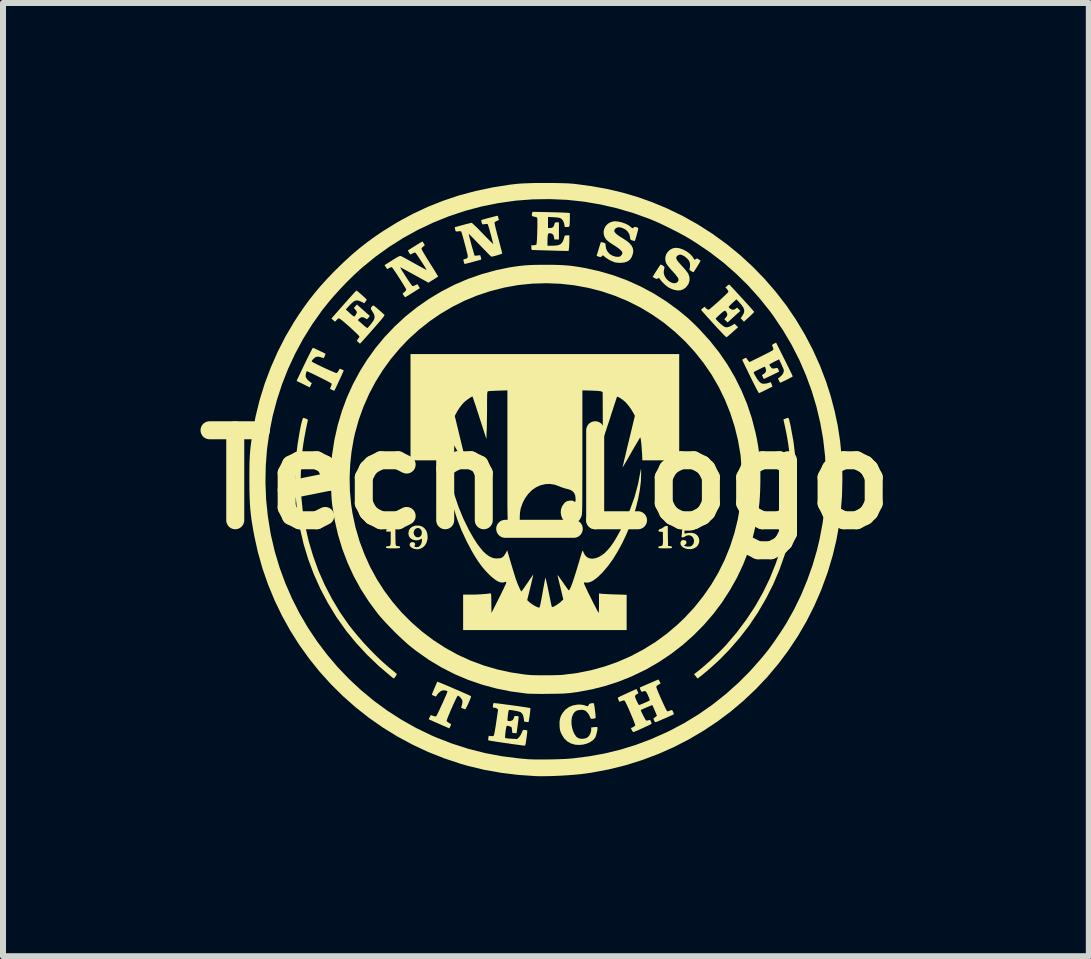
<source format=kicad_pcb>
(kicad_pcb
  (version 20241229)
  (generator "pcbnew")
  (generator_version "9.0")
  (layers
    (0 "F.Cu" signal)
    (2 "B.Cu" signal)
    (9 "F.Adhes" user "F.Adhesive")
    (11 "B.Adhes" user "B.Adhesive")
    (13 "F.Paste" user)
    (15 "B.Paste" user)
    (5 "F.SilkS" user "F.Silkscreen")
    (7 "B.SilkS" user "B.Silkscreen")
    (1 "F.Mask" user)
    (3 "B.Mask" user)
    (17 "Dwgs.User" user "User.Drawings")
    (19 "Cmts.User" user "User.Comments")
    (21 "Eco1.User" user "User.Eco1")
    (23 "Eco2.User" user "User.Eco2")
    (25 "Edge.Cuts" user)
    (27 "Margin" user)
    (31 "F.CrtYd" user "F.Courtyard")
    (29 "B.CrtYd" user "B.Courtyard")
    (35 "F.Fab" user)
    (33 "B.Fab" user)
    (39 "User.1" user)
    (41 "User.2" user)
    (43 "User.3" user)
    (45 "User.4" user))
  (footprint "Tech_Logo"
    (layer "F.Cu")
    (at 6.05 4.944)
    (property "Reference" "Tech_Logo" (at 0 0 0) (layer "F.SilkS") (effects (font (size 1.5 1.5) (thickness 0.3))))
    (attr board_only exclude_from_pos_files exclude_from_bom)
    (fp_poly (pts (xy 2.033 0.94) (xy 2.036 1.107) (xy 2.068 1.109) (xy 2.09 1.113) (xy 2.1 1.122) (xy 2.101 1.129) (xy 2.1 1.136) (xy 2.095 1.141) (xy 2.083 1.144) (xy 2.062 1.145) (xy 2.028 1.146) (xy 1.988 1.146) (xy 1.942 1.146) (xy 1.91 1.145) (xy 1.891 1.143) (xy 1.88 1.14) (xy 1.876 1.135) (xy 1.875 1.129) (xy 1.879 1.116) (xy 1.895 1.111) (xy 1.9 1.111) (xy 1.921 1.109) (xy 1.936 1.102) (xy 1.945 1.088) (xy 1.95 1.063) (xy 1.952 1.026) (xy 1.951 0.978) (xy 1.949 0.872) (xy 1.911 0.87) (xy 1.888 0.867) (xy 1.878 0.861) (xy 1.876 0.85) (xy 1.877 0.848) (xy 1.885 0.833) (xy 1.907 0.824) (xy 1.908 0.824) (xy 1.935 0.813) (xy 1.96 0.796) (xy 1.961 0.795) (xy 1.984 0.779) (xy 2.007 0.773) (xy 2.008 0.773) (xy 2.031 0.773)) (stroke (width 0) (type solid)) (fill yes) (layer "F.SilkS"))
    (fp_poly (pts (xy -2.521 0.773) (xy -2.516 0.776) (xy -2.513 0.784) (xy -2.511 0.799) (xy -2.509 0.823) (xy -2.509 0.859) (xy -2.509 0.909) (xy -2.509 0.931) (xy -2.508 0.995) (xy -2.507 1.043) (xy -2.505 1.076) (xy -2.501 1.095) (xy -2.498 1.101) (xy -2.483 1.108) (xy -2.46 1.111) (xy -2.459 1.111) (xy -2.439 1.113) (xy -2.431 1.122) (xy -2.431 1.129) (xy -2.432 1.135) (xy -2.436 1.14) (xy -2.447 1.143) (xy -2.467 1.145) (xy -2.499 1.146) (xy -2.546 1.146) (xy -2.548 1.146) (xy -2.595 1.146) (xy -2.627 1.145) (xy -2.648 1.143) (xy -2.659 1.14) (xy -2.664 1.136) (xy -2.665 1.129) (xy -2.665 1.129) (xy -2.661 1.116) (xy -2.645 1.111) (xy -2.64 1.111) (xy -2.619 1.111) (xy -2.605 1.108) (xy -2.596 1.099) (xy -2.59 1.083) (xy -2.588 1.057) (xy -2.587 1.017) (xy -2.587 0.984) (xy -2.587 0.868) (xy -2.627 0.868) (xy -2.651 0.867) (xy -2.662 0.863) (xy -2.664 0.854) (xy -2.663 0.849) (xy -2.657 0.834) (xy -2.64 0.826) (xy -2.628 0.824) (xy -2.599 0.814) (xy -2.572 0.797) (xy -2.571 0.796) (xy -2.55 0.78) (xy -2.53 0.773) (xy -2.528 0.773)) (stroke (width 0) (type solid)) (fill yes) (layer "F.SilkS"))
    (fp_poly (pts (xy -2.109 0.768) (xy -2.062 0.784) (xy -2.023 0.813) (xy -1.994 0.853) (xy -1.977 0.903) (xy -1.972 0.962) (xy -1.974 0.992) (xy -1.989 1.049) (xy -2.015 1.095) (xy -2.051 1.131) (xy -2.094 1.153) (xy -2.141 1.163) (xy -2.192 1.156) (xy -2.219 1.146) (xy -2.253 1.125) (xy -2.27 1.1) (xy -2.271 1.071) (xy -2.258 1.053) (xy -2.237 1.043) (xy -2.212 1.043) (xy -2.191 1.053) (xy -2.184 1.061) (xy -2.179 1.079) (xy -2.186 1.095) (xy -2.192 1.113) (xy -2.181 1.124) (xy -2.155 1.128) (xy -2.153 1.128) (xy -2.121 1.121) (xy -2.095 1.099) (xy -2.076 1.066) (xy -2.067 1.025) (xy -2.066 1.011) (xy -2.067 0.991) (xy -2.071 0.986) (xy -2.082 0.991) (xy -2.086 0.994) (xy -2.125 1.01) (xy -2.17 1.013) (xy -2.215 1.003) (xy -2.226 0.998) (xy -2.263 0.974) (xy -2.284 0.942) (xy -2.292 0.9) (xy -2.292 0.894) (xy -2.29 0.885) (xy -2.205 0.885) (xy -2.198 0.92) (xy -2.18 0.946) (xy -2.154 0.961) (xy -2.124 0.963) (xy -2.094 0.95) (xy -2.077 0.929) (xy -2.069 0.898) (xy -2.07 0.865) (xy -2.075 0.85) (xy -2.093 0.823) (xy -2.118 0.809) (xy -2.145 0.808) (xy -2.17 0.818) (xy -2.191 0.838) (xy -2.203 0.868) (xy -2.205 0.885) (xy -2.29 0.885) (xy -2.284 0.849) (xy -2.262 0.812) (xy -2.227 0.785) (xy -2.179 0.769) (xy -2.164 0.767)) (stroke (width 0) (type solid)) (fill yes) (layer "F.SilkS"))
    (fp_poly (pts (xy -4.042 -1.03) (xy -4.028 -1.024) (xy -4.005 -1.017) (xy -3.999 -1.015) (xy -3.978 -1.006) (xy -3.969 -0.997) (xy -3.97 -0.982) (xy -3.97 -0.981) (xy -4 -0.841) (xy -4.024 -0.713) (xy -4.044 -0.594) (xy -4.059 -0.48) (xy -4.071 -0.367) (xy -4.08 -0.256) (xy -4.088 0.002) (xy -4.08 0.26) (xy -4.054 0.517) (xy -4.013 0.772) (xy -3.955 1.025) (xy -3.881 1.273) (xy -3.793 1.517) (xy -3.688 1.754) (xy -3.569 1.984) (xy -3.436 2.207) (xy -3.293 2.413) (xy -3.217 2.511) (xy -3.131 2.615) (xy -3.039 2.72) (xy -2.942 2.824) (xy -2.844 2.924) (xy -2.747 3.017) (xy -2.655 3.099) (xy -2.609 3.138) (xy -2.572 3.168) (xy -2.539 3.195) (xy -2.513 3.217) (xy -2.496 3.231) (xy -2.492 3.234) (xy -2.487 3.243) (xy -2.49 3.255) (xy -2.502 3.276) (xy -2.505 3.28) (xy -2.521 3.301) (xy -2.532 3.313) (xy -2.535 3.316) (xy -2.543 3.311) (xy -2.561 3.298) (xy -2.574 3.288) (xy -2.783 3.111) (xy -2.979 2.923) (xy -3.161 2.727) (xy -3.329 2.522) (xy -3.481 2.308) (xy -3.495 2.287) (xy -3.635 2.057) (xy -3.76 1.82) (xy -3.869 1.577) (xy -3.962 1.329) (xy -4.039 1.075) (xy -4.099 0.818) (xy -4.143 0.557) (xy -4.17 0.294) (xy -4.18 0.028) (xy -4.174 -0.238) (xy -4.15 -0.506) (xy -4.149 -0.508) (xy -4.14 -0.583) (xy -4.128 -0.659) (xy -4.116 -0.732) (xy -4.104 -0.801) (xy -4.092 -0.865) (xy -4.08 -0.921) (xy -4.068 -0.967) (xy -4.058 -1.002) (xy -4.049 -1.023) (xy -4.042 -1.03)) (stroke (width 0) (type solid)) (fill yes) (layer "F.SilkS"))
    (fp_poly (pts (xy 4.042 -1.026) (xy 4.048 -1.015) (xy 4.055 -0.996) (xy 4.063 -0.964) (xy 4.073 -0.92) (xy 4.081 -0.883) (xy 4.128 -0.626) (xy 4.159 -0.365) (xy 4.173 -0.101) (xy 4.17 0.164) (xy 4.151 0.43) (xy 4.115 0.696) (xy 4.106 0.751) (xy 4.05 1.007) (xy 3.979 1.259) (xy 3.891 1.507) (xy 3.788 1.749) (xy 3.669 1.984) (xy 3.536 2.212) (xy 3.39 2.43) (xy 3.229 2.639) (xy 3.056 2.838) (xy 2.896 3.001) (xy 2.84 3.053) (xy 2.78 3.108) (xy 2.719 3.162) (xy 2.659 3.213) (xy 2.605 3.258) (xy 2.56 3.293) (xy 2.528 3.317) (xy 2.499 3.28) (xy 2.47 3.244) (xy 2.5 3.221) (xy 2.575 3.162) (xy 2.657 3.092) (xy 2.743 3.015) (xy 2.828 2.935) (xy 2.91 2.855) (xy 2.983 2.779) (xy 3.003 2.758) (xy 3.18 2.55) (xy 3.341 2.335) (xy 3.488 2.113) (xy 3.618 1.883) (xy 3.733 1.646) (xy 3.831 1.402) (xy 3.914 1.152) (xy 3.981 0.894) (xy 4.023 0.681) (xy 4.037 0.598) (xy 4.048 0.523) (xy 4.057 0.453) (xy 4.064 0.384) (xy 4.069 0.314) (xy 4.072 0.239) (xy 4.074 0.154) (xy 4.075 0.058) (xy 4.075 0) (xy 4.074 -0.137) (xy 4.07 -0.259) (xy 4.064 -0.373) (xy 4.055 -0.479) (xy 4.041 -0.584) (xy 4.024 -0.689) (xy 4.003 -0.8) (xy 3.984 -0.889) (xy 3.975 -0.931) (xy 3.967 -0.966) (xy 3.962 -0.99) (xy 3.961 -1.002) (xy 3.961 -1.003) (xy 3.969 -1.006) (xy 3.988 -1.013) (xy 3.989 -1.013) (xy 4.012 -1.022) (xy 4.03 -1.029) (xy 4.036 -1.03)) (stroke (width 0) (type solid)) (fill yes) (layer "F.SilkS"))
    (fp_poly (pts (xy 2.299 0.774) (xy 2.324 0.777) (xy 2.352 0.782) (xy 2.412 0.786) (xy 2.468 0.781) (xy 2.498 0.777) (xy 2.521 0.775) (xy 2.532 0.776) (xy 2.532 0.776) (xy 2.532 0.786) (xy 2.521 0.802) (xy 2.502 0.819) (xy 2.478 0.833) (xy 2.478 0.834) (xy 2.448 0.844) (xy 2.411 0.85) (xy 2.376 0.851) (xy 2.309 0.851) (xy 2.309 0.878) (xy 2.311 0.896) (xy 2.318 0.901) (xy 2.329 0.899) (xy 2.348 0.894) (xy 2.377 0.89) (xy 2.397 0.888) (xy 2.448 0.89) (xy 2.492 0.906) (xy 2.526 0.933) (xy 2.548 0.97) (xy 2.557 1.014) (xy 2.553 1.052) (xy 2.535 1.094) (xy 2.505 1.126) (xy 2.464 1.149) (xy 2.416 1.16) (xy 2.363 1.158) (xy 2.328 1.15) (xy 2.288 1.132) (xy 2.26 1.108) (xy 2.244 1.079) (xy 2.243 1.049) (xy 2.252 1.028) (xy 2.266 1.013) (xy 2.285 1.008) (xy 2.298 1.009) (xy 2.321 1.014) (xy 2.337 1.024) (xy 2.338 1.025) (xy 2.343 1.047) (xy 2.337 1.07) (xy 2.322 1.086) (xy 2.316 1.088) (xy 2.303 1.095) (xy 2.305 1.102) (xy 2.32 1.11) (xy 2.346 1.116) (xy 2.361 1.118) (xy 2.403 1.116) (xy 2.434 1.102) (xy 2.457 1.074) (xy 2.462 1.063) (xy 2.47 1.023) (xy 2.461 0.984) (xy 2.441 0.953) (xy 2.413 0.934) (xy 2.378 0.928) (xy 2.344 0.935) (xy 2.324 0.946) (xy 2.303 0.958) (xy 2.282 0.964) (xy 2.266 0.962) (xy 2.26 0.952) (xy 2.26 0.948) (xy 2.263 0.933) (xy 2.266 0.906) (xy 2.269 0.87) (xy 2.27 0.853) (xy 2.274 0.811) (xy 2.279 0.784) (xy 2.285 0.773) (xy 2.286 0.773)) (stroke (width 0) (type solid)) (fill yes) (layer "F.SilkS"))
    (fp_poly (pts (xy 0.795 3.728) (xy 0.798 3.73) (xy 0.802 3.741) (xy 0.807 3.766) (xy 0.812 3.8) (xy 0.817 3.839) (xy 0.822 3.879) (xy 0.826 3.917) (xy 0.828 3.948) (xy 0.829 3.969) (xy 0.827 3.976) (xy 0.815 3.981) (xy 0.792 3.986) (xy 0.784 3.987) (xy 0.761 3.989) (xy 0.748 3.985) (xy 0.741 3.971) (xy 0.737 3.96) (xy 0.716 3.916) (xy 0.685 3.876) (xy 0.657 3.853) (xy 0.635 3.843) (xy 0.61 3.839) (xy 0.575 3.839) (xy 0.53 3.846) (xy 0.496 3.861) (xy 0.468 3.889) (xy 0.452 3.915) (xy 0.434 3.961) (xy 0.426 4.016) (xy 0.427 4.075) (xy 0.436 4.135) (xy 0.453 4.192) (xy 0.476 4.243) (xy 0.505 4.284) (xy 0.532 4.306) (xy 0.566 4.319) (xy 0.608 4.322) (xy 0.65 4.316) (xy 0.687 4.302) (xy 0.694 4.298) (xy 0.723 4.267) (xy 0.744 4.226) (xy 0.755 4.181) (xy 0.755 4.17) (xy 0.755 4.133) (xy 0.803 4.127) (xy 0.831 4.125) (xy 0.851 4.125) (xy 0.857 4.127) (xy 0.86 4.14) (xy 0.859 4.165) (xy 0.853 4.198) (xy 0.845 4.233) (xy 0.835 4.267) (xy 0.825 4.294) (xy 0.821 4.302) (xy 0.788 4.341) (xy 0.742 4.374) (xy 0.687 4.4) (xy 0.624 4.417) (xy 0.559 4.424) (xy 0.493 4.42) (xy 0.485 4.419) (xy 0.415 4.398) (xy 0.355 4.364) (xy 0.305 4.315) (xy 0.265 4.252) (xy 0.264 4.249) (xy 0.247 4.213) (xy 0.237 4.183) (xy 0.231 4.151) (xy 0.228 4.109) (xy 0.228 4.108) (xy 0.227 4.042) (xy 0.235 3.987) (xy 0.251 3.938) (xy 0.278 3.891) (xy 0.279 3.89) (xy 0.325 3.835) (xy 0.383 3.793) (xy 0.449 3.765) (xy 0.524 3.752) (xy 0.56 3.75) (xy 0.595 3.753) (xy 0.63 3.759) (xy 0.647 3.764) (xy 0.677 3.775) (xy 0.696 3.778) (xy 0.706 3.773) (xy 0.711 3.76) (xy 0.712 3.759) (xy 0.719 3.744) (xy 0.735 3.735) (xy 0.754 3.73) (xy 0.779 3.727)) (stroke (width 0) (type solid)) (fill yes) (layer "F.SilkS"))
    (fp_poly (pts (xy -3.874 -2.192) (xy -3.852 -2.183) (xy -3.822 -2.169) (xy -3.787 -2.153) (xy -3.752 -2.136) (xy -3.719 -2.121) (xy -3.693 -2.107) (xy -3.677 -2.099) (xy -3.674 -2.097) (xy -3.676 -2.088) (xy -3.684 -2.066) (xy -3.698 -2.036) (xy -3.703 -2.025) (xy -3.711 -2.026) (xy -3.73 -2.032) (xy -3.741 -2.036) (xy -3.784 -2.047) (xy -3.818 -2.048) (xy -3.848 -2.036) (xy -3.873 -2.014) (xy -3.892 -1.994) (xy -3.903 -1.977) (xy -3.905 -1.97) (xy -3.896 -1.963) (xy -3.874 -1.95) (xy -3.841 -1.933) (xy -3.8 -1.912) (xy -3.753 -1.889) (xy -3.704 -1.866) (xy -3.654 -1.843) (xy -3.606 -1.821) (xy -3.564 -1.803) (xy -3.528 -1.788) (xy -3.503 -1.778) (xy -3.49 -1.775) (xy -3.49 -1.775) (xy -3.477 -1.785) (xy -3.462 -1.805) (xy -3.456 -1.814) (xy -3.437 -1.849) (xy -3.405 -1.836) (xy -3.384 -1.827) (xy -3.372 -1.82) (xy -3.37 -1.819) (xy -3.373 -1.811) (xy -3.382 -1.79) (xy -3.396 -1.759) (xy -3.413 -1.721) (xy -3.433 -1.678) (xy -3.454 -1.633) (xy -3.474 -1.589) (xy -3.493 -1.549) (xy -3.509 -1.516) (xy -3.521 -1.492) (xy -3.527 -1.48) (xy -3.527 -1.479) (xy -3.535 -1.482) (xy -3.553 -1.49) (xy -3.565 -1.495) (xy -3.6 -1.513) (xy -3.584 -1.55) (xy -3.575 -1.575) (xy -3.572 -1.594) (xy -3.573 -1.6) (xy -3.581 -1.606) (xy -3.603 -1.618) (xy -3.635 -1.636) (xy -3.675 -1.657) (xy -3.721 -1.68) (xy -3.77 -1.705) (xy -3.819 -1.729) (xy -3.866 -1.752) (xy -3.909 -1.773) (xy -3.944 -1.789) (xy -3.97 -1.801) (xy -3.983 -1.806) (xy -3.984 -1.806) (xy -3.991 -1.798) (xy -3.998 -1.779) (xy -4.003 -1.754) (xy -4.005 -1.729) (xy -4.004 -1.715) (xy -3.994 -1.691) (xy -3.973 -1.664) (xy -3.945 -1.638) (xy -3.924 -1.622) (xy -3.902 -1.608) (xy -3.919 -1.572) (xy -3.937 -1.536) (xy -4.046 -1.591) (xy -4.156 -1.645) (xy -4.025 -1.92) (xy -3.994 -1.984) (xy -3.965 -2.043) (xy -3.939 -2.095) (xy -3.917 -2.138) (xy -3.9 -2.17) (xy -3.889 -2.19) (xy -3.884 -2.196)) (stroke (width 0) (type solid)) (fill yes) (layer "F.SilkS"))
    (fp_poly (pts (xy -1.801 3.372) (xy -1.779 3.381) (xy -1.746 3.394) (xy -1.703 3.412) (xy -1.653 3.433) (xy -1.598 3.456) (xy -1.541 3.481) (xy -1.483 3.506) (xy -1.427 3.53) (xy -1.375 3.553) (xy -1.329 3.573) (xy -1.291 3.59) (xy -1.264 3.603) (xy -1.25 3.61) (xy -1.248 3.611) (xy -1.249 3.62) (xy -1.255 3.642) (xy -1.267 3.672) (xy -1.282 3.707) (xy -1.298 3.743) (xy -1.314 3.777) (xy -1.329 3.805) (xy -1.34 3.824) (xy -1.347 3.83) (xy -1.361 3.825) (xy -1.383 3.816) (xy -1.385 3.816) (xy -1.413 3.804) (xy -1.4 3.756) (xy -1.393 3.723) (xy -1.391 3.694) (xy -1.393 3.685) (xy -1.402 3.664) (xy -1.419 3.641) (xy -1.439 3.62) (xy -1.458 3.606) (xy -1.468 3.603) (xy -1.475 3.61) (xy -1.487 3.631) (xy -1.503 3.663) (xy -1.522 3.704) (xy -1.544 3.75) (xy -1.566 3.8) (xy -1.588 3.85) (xy -1.608 3.899) (xy -1.627 3.943) (xy -1.641 3.98) (xy -1.651 4.008) (xy -1.655 4.023) (xy -1.654 4.025) (xy -1.645 4.036) (xy -1.626 4.051) (xy -1.603 4.065) (xy -1.584 4.074) (xy -1.582 4.083) (xy -1.588 4.102) (xy -1.593 4.113) (xy -1.61 4.148) (xy -1.78 4.073) (xy -1.83 4.051) (xy -1.874 4.032) (xy -1.911 4.015) (xy -1.937 4.004) (xy -1.95 3.998) (xy -1.952 3.997) (xy -1.95 3.989) (xy -1.942 3.97) (xy -1.937 3.96) (xy -1.919 3.926) (xy -1.881 3.939) (xy -1.856 3.946) (xy -1.836 3.949) (xy -1.831 3.948) (xy -1.825 3.939) (xy -1.813 3.917) (xy -1.797 3.885) (xy -1.777 3.844) (xy -1.756 3.797) (xy -1.733 3.748) (xy -1.71 3.698) (xy -1.689 3.65) (xy -1.67 3.607) (xy -1.655 3.571) (xy -1.645 3.545) (xy -1.641 3.532) (xy -1.641 3.531) (xy -1.648 3.525) (xy -1.667 3.518) (xy -1.676 3.516) (xy -1.716 3.513) (xy -1.753 3.527) (xy -1.789 3.558) (xy -1.805 3.577) (xy -1.834 3.617) (xy -1.868 3.604) (xy -1.888 3.595) (xy -1.9 3.587) (xy -1.901 3.585) (xy -1.898 3.575) (xy -1.889 3.553) (xy -1.877 3.522) (xy -1.862 3.487) (xy -1.846 3.451) (xy -1.832 3.417) (xy -1.82 3.39) (xy -1.812 3.373) (xy -1.81 3.369)) (stroke (width 0) (type solid)) (fill yes) (layer "F.SilkS"))
    (fp_poly (pts (xy 1.21 -4.3) (xy 1.27 -4.286) (xy 1.327 -4.265) (xy 1.379 -4.238) (xy 1.414 -4.211) (xy 1.433 -4.195) (xy 1.444 -4.189) (xy 1.453 -4.192) (xy 1.461 -4.2) (xy 1.476 -4.211) (xy 1.493 -4.212) (xy 1.505 -4.208) (xy 1.526 -4.2) (xy 1.539 -4.193) (xy 1.539 -4.193) (xy 1.539 -4.183) (xy 1.535 -4.161) (xy 1.528 -4.13) (xy 1.518 -4.094) (xy 1.508 -4.057) (xy 1.498 -4.023) (xy 1.489 -3.996) (xy 1.482 -3.98) (xy 1.481 -3.978) (xy 1.471 -3.978) (xy 1.451 -3.983) (xy 1.441 -3.986) (xy 1.418 -3.995) (xy 1.408 -4.005) (xy 1.403 -4.023) (xy 1.402 -4.037) (xy 1.391 -4.089) (xy 1.364 -4.133) (xy 1.324 -4.169) (xy 1.272 -4.195) (xy 1.261 -4.198) (xy 1.222 -4.206) (xy 1.191 -4.203) (xy 1.165 -4.188) (xy 1.157 -4.182) (xy 1.142 -4.162) (xy 1.139 -4.141) (xy 1.151 -4.118) (xy 1.176 -4.092) (xy 1.216 -4.062) (xy 1.272 -4.026) (xy 1.274 -4.026) (xy 1.34 -3.983) (xy 1.391 -3.942) (xy 1.426 -3.901) (xy 1.448 -3.86) (xy 1.456 -3.817) (xy 1.452 -3.77) (xy 1.451 -3.769) (xy 1.432 -3.712) (xy 1.402 -3.667) (xy 1.36 -3.636) (xy 1.306 -3.618) (xy 1.242 -3.612) (xy 1.204 -3.614) (xy 1.168 -3.618) (xy 1.141 -3.624) (xy 1.063 -3.657) (xy 0.993 -3.703) (xy 0.989 -3.707) (xy 0.949 -3.74) (xy 0.931 -3.722) (xy 0.918 -3.712) (xy 0.905 -3.709) (xy 0.885 -3.714) (xy 0.879 -3.717) (xy 0.845 -3.728) (xy 0.879 -3.841) (xy 0.892 -3.883) (xy 0.903 -3.918) (xy 0.911 -3.944) (xy 0.916 -3.957) (xy 0.916 -3.957) (xy 0.926 -3.957) (xy 0.946 -3.953) (xy 0.957 -3.95) (xy 0.979 -3.943) (xy 0.99 -3.935) (xy 0.994 -3.918) (xy 0.995 -3.899) (xy 1.004 -3.847) (xy 1.027 -3.8) (xy 1.063 -3.76) (xy 1.109 -3.732) (xy 1.162 -3.715) (xy 1.193 -3.713) (xy 1.221 -3.714) (xy 1.239 -3.721) (xy 1.255 -3.735) (xy 1.256 -3.736) (xy 1.269 -3.756) (xy 1.276 -3.775) (xy 1.276 -3.776) (xy 1.268 -3.8) (xy 1.243 -3.828) (xy 1.202 -3.861) (xy 1.146 -3.899) (xy 1.132 -3.907) (xy 1.092 -3.933) (xy 1.054 -3.959) (xy 1.024 -3.984) (xy 1.006 -4) (xy 0.977 -4.045) (xy 0.963 -4.093) (xy 0.963 -4.141) (xy 0.975 -4.188) (xy 0.999 -4.23) (xy 1.034 -4.265) (xy 1.078 -4.29) (xy 1.129 -4.304) (xy 1.155 -4.306)) (stroke (width 0) (type solid)) (fill yes) (layer "F.SilkS"))
    (fp_poly (pts (xy 0.025 -4.458) (xy 0.093 -4.456) (xy 0.158 -4.455) (xy 0.218 -4.453) (xy 0.269 -4.451) (xy 0.31 -4.449) (xy 0.336 -4.448) (xy 0.336 -4.448) (xy 0.399 -4.443) (xy 0.399 -4.354) (xy 0.399 -4.313) (xy 0.397 -4.276) (xy 0.395 -4.248) (xy 0.394 -4.237) (xy 0.389 -4.22) (xy 0.38 -4.212) (xy 0.361 -4.21) (xy 0.351 -4.21) (xy 0.314 -4.21) (xy 0.308 -4.248) (xy 0.3 -4.279) (xy 0.289 -4.308) (xy 0.286 -4.313) (xy 0.27 -4.335) (xy 0.252 -4.351) (xy 0.227 -4.362) (xy 0.194 -4.368) (xy 0.147 -4.372) (xy 0.13 -4.373) (xy 0.035 -4.378) (xy 0.035 -4.285) (xy 0.035 -4.193) (xy 0.066 -4.193) (xy 0.1 -4.197) (xy 0.123 -4.211) (xy 0.137 -4.238) (xy 0.14 -4.25) (xy 0.147 -4.273) (xy 0.155 -4.285) (xy 0.17 -4.288) (xy 0.183 -4.288) (xy 0.217 -4.288) (xy 0.217 -4.145) (xy 0.217 -4.002) (xy 0.179 -4.002) (xy 0.141 -4.002) (xy 0.135 -4.041) (xy 0.124 -4.076) (xy 0.103 -4.098) (xy 0.07 -4.106) (xy 0.064 -4.106) (xy 0.046 -4.104) (xy 0.037 -4.095) (xy 0.032 -4.075) (xy 0.032 -4.073) (xy 0.029 -4.049) (xy 0.027 -4.014) (xy 0.026 -3.975) (xy 0.026 -3.969) (xy 0.026 -3.898) (xy 0.102 -3.898) (xy 0.163 -3.9) (xy 0.21 -3.908) (xy 0.245 -3.924) (xy 0.271 -3.95) (xy 0.29 -3.987) (xy 0.305 -4.037) (xy 0.308 -4.047) (xy 0.313 -4.062) (xy 0.323 -4.069) (xy 0.343 -4.071) (xy 0.352 -4.071) (xy 0.391 -4.071) (xy 0.391 -3.994) (xy 0.39 -3.951) (xy 0.388 -3.907) (xy 0.386 -3.869) (xy 0.385 -3.864) (xy 0.379 -3.811) (xy 0.283 -3.812) (xy 0.245 -3.813) (xy 0.193 -3.814) (xy 0.133 -3.816) (xy 0.068 -3.818) (xy 0.004 -3.82) (xy -0.009 -3.82) (xy -0.066 -3.822) (xy -0.119 -3.823) (xy -0.164 -3.825) (xy -0.198 -3.826) (xy -0.219 -3.827) (xy -0.224 -3.827) (xy -0.236 -3.83) (xy -0.241 -3.84) (xy -0.243 -3.861) (xy -0.243 -3.867) (xy -0.243 -3.906) (xy -0.204 -3.906) (xy -0.176 -3.909) (xy -0.16 -3.917) (xy -0.157 -3.922) (xy -0.155 -3.935) (xy -0.152 -3.963) (xy -0.149 -4.001) (xy -0.147 -4.048) (xy -0.145 -4.1) (xy -0.144 -4.155) (xy -0.142 -4.209) (xy -0.142 -4.259) (xy -0.142 -4.303) (xy -0.143 -4.337) (xy -0.144 -4.359) (xy -0.146 -4.365) (xy -0.159 -4.373) (xy -0.182 -4.38) (xy -0.194 -4.382) (xy -0.22 -4.387) (xy -0.233 -4.397) (xy -0.235 -4.416) (xy -0.229 -4.443) (xy -0.223 -4.463)) (stroke (width 0) (type solid)) (fill yes) (layer "F.SilkS"))
    (fp_poly (pts (xy 2.225 -3.856) (xy 2.283 -3.836) (xy 2.341 -3.806) (xy 2.393 -3.769) (xy 2.435 -3.727) (xy 2.45 -3.705) (xy 2.465 -3.683) (xy 2.477 -3.667) (xy 2.481 -3.663) (xy 2.49 -3.668) (xy 2.501 -3.677) (xy 2.512 -3.685) (xy 2.523 -3.684) (xy 2.541 -3.674) (xy 2.547 -3.67) (xy 2.566 -3.657) (xy 2.577 -3.648) (xy 2.578 -3.646) (xy 2.574 -3.637) (xy 2.562 -3.618) (xy 2.546 -3.59) (xy 2.527 -3.559) (xy 2.507 -3.526) (xy 2.488 -3.497) (xy 2.473 -3.474) (xy 2.464 -3.46) (xy 2.463 -3.458) (xy 2.453 -3.459) (xy 2.434 -3.468) (xy 2.423 -3.474) (xy 2.4 -3.489) (xy 2.392 -3.502) (xy 2.393 -3.507) (xy 2.4 -3.535) (xy 2.403 -3.571) (xy 2.4 -3.607) (xy 2.396 -3.623) (xy 2.379 -3.656) (xy 2.35 -3.689) (xy 2.315 -3.718) (xy 2.278 -3.739) (xy 2.244 -3.75) (xy 2.236 -3.75) (xy 2.215 -3.745) (xy 2.192 -3.731) (xy 2.191 -3.73) (xy 2.177 -3.714) (xy 2.172 -3.697) (xy 2.176 -3.677) (xy 2.19 -3.651) (xy 2.215 -3.619) (xy 2.253 -3.577) (xy 2.266 -3.563) (xy 2.3 -3.526) (xy 2.33 -3.49) (xy 2.355 -3.458) (xy 2.372 -3.433) (xy 2.374 -3.429) (xy 2.393 -3.375) (xy 2.395 -3.321) (xy 2.38 -3.268) (xy 2.37 -3.25) (xy 2.334 -3.203) (xy 2.29 -3.171) (xy 2.239 -3.154) (xy 2.182 -3.153) (xy 2.122 -3.167) (xy 2.087 -3.181) (xy 2.051 -3.198) (xy 2.04 -3.205) (xy 2.01 -3.226) (xy 1.976 -3.256) (xy 1.942 -3.29) (xy 1.913 -3.324) (xy 1.9 -3.342) (xy 1.889 -3.357) (xy 1.877 -3.358) (xy 1.864 -3.352) (xy 1.848 -3.345) (xy 1.833 -3.347) (xy 1.813 -3.358) (xy 1.81 -3.359) (xy 1.779 -3.378) (xy 1.799 -3.41) (xy 1.821 -3.447) (xy 1.845 -3.484) (xy 1.868 -3.519) (xy 1.888 -3.55) (xy 1.903 -3.572) (xy 1.912 -3.584) (xy 1.914 -3.585) (xy 1.923 -3.581) (xy 1.941 -3.571) (xy 1.949 -3.567) (xy 1.969 -3.553) (xy 1.976 -3.54) (xy 1.975 -3.526) (xy 1.967 -3.488) (xy 1.964 -3.459) (xy 1.966 -3.434) (xy 1.97 -3.416) (xy 1.988 -3.375) (xy 2.014 -3.339) (xy 2.046 -3.31) (xy 2.082 -3.288) (xy 2.118 -3.275) (xy 2.152 -3.273) (xy 2.181 -3.283) (xy 2.196 -3.296) (xy 2.206 -3.311) (xy 2.211 -3.326) (xy 2.209 -3.343) (xy 2.2 -3.364) (xy 2.182 -3.389) (xy 2.155 -3.423) (xy 2.117 -3.466) (xy 2.091 -3.494) (xy 2.062 -3.528) (xy 2.035 -3.561) (xy 2.015 -3.589) (xy 2.004 -3.607) (xy 1.99 -3.657) (xy 1.991 -3.708) (xy 2.005 -3.755) (xy 2.032 -3.797) (xy 2.069 -3.831) (xy 2.114 -3.854) (xy 2.165 -3.863) (xy 2.17 -3.863)) (stroke (width 0) (type solid)) (fill yes) (layer "F.SilkS"))
    (fp_poly (pts (xy 3.063 -3.245) (xy 3.08 -3.227) (xy 3.105 -3.201) (xy 3.137 -3.167) (xy 3.174 -3.126) (xy 3.215 -3.082) (xy 3.257 -3.036) (xy 3.3 -2.989) (xy 3.342 -2.943) (xy 3.38 -2.901) (xy 3.414 -2.863) (xy 3.441 -2.832) (xy 3.461 -2.809) (xy 3.471 -2.797) (xy 3.472 -2.795) (xy 3.466 -2.787) (xy 3.45 -2.77) (xy 3.425 -2.746) (xy 3.395 -2.717) (xy 3.387 -2.71) (xy 3.301 -2.631) (xy 3.274 -2.66) (xy 3.246 -2.688) (xy 3.277 -2.734) (xy 3.297 -2.769) (xy 3.306 -2.802) (xy 3.304 -2.834) (xy 3.29 -2.868) (xy 3.264 -2.907) (xy 3.223 -2.954) (xy 3.218 -2.959) (xy 3.176 -3.004) (xy 3.112 -2.946) (xy 3.084 -2.92) (xy 3.063 -2.898) (xy 3.05 -2.882) (xy 3.047 -2.877) (xy 3.054 -2.863) (xy 3.072 -2.848) (xy 3.095 -2.836) (xy 3.116 -2.83) (xy 3.119 -2.83) (xy 3.14 -2.835) (xy 3.163 -2.848) (xy 3.164 -2.849) (xy 3.187 -2.867) (xy 3.215 -2.839) (xy 3.242 -2.811) (xy 3.211 -2.784) (xy 3.191 -2.767) (xy 3.163 -2.741) (xy 3.13 -2.711) (xy 3.104 -2.687) (xy 3.029 -2.619) (xy 3.001 -2.646) (xy 2.974 -2.673) (xy 2.992 -2.693) (xy 3.015 -2.722) (xy 3.024 -2.745) (xy 3.021 -2.768) (xy 3.017 -2.776) (xy 3.005 -2.798) (xy 2.994 -2.811) (xy 2.98 -2.813) (xy 2.963 -2.805) (xy 2.938 -2.786) (xy 2.904 -2.756) (xy 2.875 -2.729) (xy 2.851 -2.706) (xy 2.835 -2.689) (xy 2.83 -2.683) (xy 2.836 -2.672) (xy 2.852 -2.653) (xy 2.876 -2.629) (xy 2.902 -2.604) (xy 2.93 -2.58) (xy 2.954 -2.561) (xy 2.971 -2.549) (xy 2.973 -2.549) (xy 2.998 -2.539) (xy 3.019 -2.538) (xy 3.042 -2.543) (xy 3.073 -2.555) (xy 3.105 -2.571) (xy 3.111 -2.575) (xy 3.145 -2.597) (xy 3.174 -2.568) (xy 3.203 -2.539) (xy 3.111 -2.457) (xy 3.078 -2.427) (xy 3.048 -2.402) (xy 3.025 -2.383) (xy 3.011 -2.373) (xy 3.009 -2.373) (xy 3.001 -2.378) (xy 2.983 -2.395) (xy 2.956 -2.422) (xy 2.922 -2.458) (xy 2.883 -2.499) (xy 2.839 -2.546) (xy 2.821 -2.566) (xy 2.775 -2.617) (xy 2.732 -2.665) (xy 2.692 -2.708) (xy 2.659 -2.746) (xy 2.633 -2.775) (xy 2.617 -2.793) (xy 2.614 -2.796) (xy 2.585 -2.831) (xy 2.614 -2.856) (xy 2.643 -2.881) (xy 2.67 -2.855) (xy 2.69 -2.839) (xy 2.707 -2.831) (xy 2.711 -2.83) (xy 2.72 -2.836) (xy 2.741 -2.851) (xy 2.769 -2.875) (xy 2.804 -2.905) (xy 2.843 -2.939) (xy 2.883 -2.975) (xy 2.923 -3.012) (xy 2.96 -3.047) (xy 2.993 -3.078) (xy 3.019 -3.103) (xy 3.036 -3.121) (xy 3.041 -3.129) (xy 3.039 -3.144) (xy 3.025 -3.167) (xy 3.019 -3.174) (xy 2.992 -3.205) (xy 3.021 -3.228) (xy 3.04 -3.242) (xy 3.053 -3.25) (xy 3.056 -3.251)) (stroke (width 0) (type solid)) (fill yes) (layer "F.SilkS"))
    (fp_poly (pts (xy -2.051 -3.96) (xy -2.04 -3.943) (xy -2.036 -3.936) (xy -2.019 -3.905) (xy -2.047 -3.883) (xy -2.065 -3.866) (xy -2.074 -3.85) (xy -2.075 -3.847) (xy -2.07 -3.836) (xy -2.058 -3.812) (xy -2.038 -3.778) (xy -2.012 -3.735) (xy -1.982 -3.685) (xy -1.948 -3.63) (xy -1.936 -3.611) (xy -1.901 -3.555) (xy -1.869 -3.505) (xy -1.842 -3.461) (xy -1.82 -3.425) (xy -1.805 -3.4) (xy -1.798 -3.387) (xy -1.797 -3.386) (xy -1.8 -3.383) (xy -1.808 -3.376) (xy -1.824 -3.366) (xy -1.849 -3.35) (xy -1.886 -3.327) (xy -1.927 -3.301) (xy -1.958 -3.282) (xy -2.192 -3.411) (xy -2.25 -3.443) (xy -2.303 -3.472) (xy -2.349 -3.497) (xy -2.386 -3.517) (xy -2.413 -3.531) (xy -2.427 -3.537) (xy -2.429 -3.538) (xy -2.426 -3.53) (xy -2.414 -3.51) (xy -2.397 -3.48) (xy -2.374 -3.445) (xy -2.349 -3.405) (xy -2.322 -3.363) (xy -2.296 -3.323) (xy -2.271 -3.287) (xy -2.25 -3.257) (xy -2.234 -3.236) (xy -2.226 -3.226) (xy -2.225 -3.226) (xy -2.209 -3.226) (xy -2.187 -3.235) (xy -2.182 -3.238) (xy -2.161 -3.249) (xy -2.147 -3.255) (xy -2.145 -3.255) (xy -2.137 -3.248) (xy -2.125 -3.231) (xy -2.12 -3.223) (xy -2.102 -3.19) (xy -2.22 -3.116) (xy -2.26 -3.091) (xy -2.295 -3.069) (xy -2.323 -3.053) (xy -2.34 -3.042) (xy -2.344 -3.04) (xy -2.352 -3.045) (xy -2.365 -3.061) (xy -2.37 -3.069) (xy -2.389 -3.1) (xy -2.357 -3.127) (xy -2.336 -3.148) (xy -2.329 -3.165) (xy -2.329 -3.168) (xy -2.335 -3.182) (xy -2.349 -3.206) (xy -2.369 -3.24) (xy -2.394 -3.28) (xy -2.422 -3.325) (xy -2.451 -3.37) (xy -2.48 -3.415) (xy -2.508 -3.457) (xy -2.532 -3.492) (xy -2.551 -3.519) (xy -2.564 -3.536) (xy -2.568 -3.54) (xy -2.583 -3.539) (xy -2.606 -3.53) (xy -2.613 -3.526) (xy -2.646 -3.508) (xy -2.668 -3.541) (xy -2.69 -3.574) (xy -2.563 -3.654) (xy -2.517 -3.683) (xy -2.482 -3.704) (xy -2.458 -3.717) (xy -2.44 -3.725) (xy -2.428 -3.727) (xy -2.418 -3.726) (xy -2.414 -3.724) (xy -2.401 -3.718) (xy -2.374 -3.704) (xy -2.337 -3.684) (xy -2.292 -3.659) (xy -2.241 -3.631) (xy -2.192 -3.603) (xy -2.139 -3.574) (xy -2.09 -3.547) (xy -2.049 -3.525) (xy -2.018 -3.508) (xy -1.997 -3.497) (xy -1.99 -3.494) (xy -1.993 -3.502) (xy -2.004 -3.522) (xy -2.021 -3.551) (xy -2.043 -3.586) (xy -2.068 -3.624) (xy -2.094 -3.664) (xy -2.119 -3.702) (xy -2.141 -3.735) (xy -2.16 -3.762) (xy -2.172 -3.778) (xy -2.177 -3.783) (xy -2.189 -3.783) (xy -2.209 -3.776) (xy -2.241 -3.761) (xy -2.257 -3.752) (xy -2.264 -3.758) (xy -2.276 -3.774) (xy -2.282 -3.784) (xy -2.301 -3.819) (xy -2.251 -3.851) (xy -2.184 -3.893) (xy -2.132 -3.926) (xy -2.093 -3.949) (xy -2.069 -3.963) (xy -2.059 -3.967)) (stroke (width 0) (type solid)) (fill yes) (layer "F.SilkS"))
    (fp_poly (pts (xy -3.149 -3.146) (xy -3.131 -3.131) (xy -3.106 -3.11) (xy -3.077 -3.085) (xy -3.048 -3.059) (xy -3.022 -3.035) (xy -3.001 -3.015) (xy -2.989 -3.001) (xy -2.987 -2.998) (xy -2.993 -2.987) (xy -3.005 -2.969) (xy -3.008 -2.965) (xy -3.028 -2.939) (xy -3.075 -2.963) (xy -3.112 -2.979) (xy -3.144 -2.986) (xy -3.173 -2.983) (xy -3.203 -2.969) (xy -3.236 -2.942) (xy -3.275 -2.903) (xy -3.285 -2.891) (xy -3.336 -2.836) (xy -3.272 -2.777) (xy -3.244 -2.752) (xy -3.22 -2.732) (xy -3.203 -2.72) (xy -3.197 -2.717) (xy -3.187 -2.724) (xy -3.173 -2.741) (xy -3.16 -2.763) (xy -3.152 -2.782) (xy -3.151 -2.789) (xy -3.157 -2.804) (xy -3.17 -2.825) (xy -3.176 -2.832) (xy -3.201 -2.861) (xy -3.176 -2.889) (xy -3.15 -2.918) (xy -3.049 -2.828) (xy -3.014 -2.797) (xy -2.983 -2.77) (xy -2.958 -2.748) (xy -2.943 -2.735) (xy -2.939 -2.733) (xy -2.938 -2.723) (xy -2.951 -2.705) (xy -2.957 -2.699) (xy -2.984 -2.672) (xy -3.013 -2.69) (xy -3.048 -2.706) (xy -3.078 -2.705) (xy -3.105 -2.689) (xy -3.111 -2.683) (xy -3.136 -2.658) (xy -3.103 -2.629) (xy -3.077 -2.606) (xy -3.047 -2.58) (xy -3.028 -2.563) (xy -3.005 -2.544) (xy -2.987 -2.531) (xy -2.978 -2.526) (xy -2.968 -2.533) (xy -2.952 -2.55) (xy -2.931 -2.574) (xy -2.909 -2.602) (xy -2.889 -2.629) (xy -2.873 -2.653) (xy -2.865 -2.668) (xy -2.856 -2.705) (xy -2.86 -2.739) (xy -2.876 -2.776) (xy -2.891 -2.799) (xy -2.91 -2.829) (xy -2.918 -2.85) (xy -2.915 -2.867) (xy -2.901 -2.885) (xy -2.892 -2.893) (xy -2.885 -2.899) (xy -2.877 -2.901) (xy -2.867 -2.897) (xy -2.851 -2.886) (xy -2.828 -2.867) (xy -2.795 -2.838) (xy -2.79 -2.834) (xy -2.757 -2.805) (xy -2.728 -2.779) (xy -2.706 -2.759) (xy -2.693 -2.748) (xy -2.692 -2.747) (xy -2.691 -2.742) (xy -2.694 -2.733) (xy -2.703 -2.719) (xy -2.718 -2.698) (xy -2.741 -2.67) (xy -2.773 -2.633) (xy -2.814 -2.585) (xy -2.865 -2.527) (xy -2.887 -2.501) (xy -2.935 -2.447) (xy -2.979 -2.397) (xy -3.018 -2.354) (xy -3.051 -2.317) (xy -3.076 -2.289) (xy -3.093 -2.272) (xy -3.099 -2.266) (xy -3.108 -2.271) (xy -3.123 -2.286) (xy -3.129 -2.291) (xy -3.153 -2.316) (xy -3.13 -2.346) (xy -3.116 -2.366) (xy -3.108 -2.381) (xy -3.108 -2.384) (xy -3.114 -2.393) (xy -3.131 -2.412) (xy -3.158 -2.438) (xy -3.191 -2.469) (xy -3.228 -2.504) (xy -3.268 -2.541) (xy -3.309 -2.577) (xy -3.347 -2.61) (xy -3.382 -2.64) (xy -3.411 -2.663) (xy -3.431 -2.677) (xy -3.446 -2.686) (xy -3.456 -2.687) (xy -3.469 -2.678) (xy -3.486 -2.662) (xy -3.516 -2.631) (xy -3.546 -2.658) (xy -3.576 -2.684) (xy -3.371 -2.917) (xy -3.323 -2.971) (xy -3.279 -3.021) (xy -3.24 -3.064) (xy -3.207 -3.101) (xy -3.182 -3.128) (xy -3.165 -3.145) (xy -3.159 -3.151)) (stroke (width 0) (type solid)) (fill yes) (layer "F.SilkS"))
    (fp_poly (pts (xy -0.8 -4.39) (xy -0.795 -4.37) (xy -0.792 -4.361) (xy -0.784 -4.325) (xy -0.817 -4.312) (xy -0.84 -4.3) (xy -0.854 -4.288) (xy -0.856 -4.285) (xy -0.855 -4.273) (xy -0.85 -4.247) (xy -0.842 -4.208) (xy -0.83 -4.16) (xy -0.816 -4.104) (xy -0.799 -4.042) (xy -0.795 -4.026) (xy -0.778 -3.963) (xy -0.763 -3.905) (xy -0.75 -3.855) (xy -0.74 -3.815) (xy -0.732 -3.786) (xy -0.729 -3.772) (xy -0.729 -3.771) (xy -0.737 -3.765) (xy -0.757 -3.756) (xy -0.786 -3.746) (xy -0.82 -3.736) (xy -0.853 -3.727) (xy -0.882 -3.72) (xy -0.903 -3.716) (xy -0.911 -3.717) (xy -0.919 -3.723) (xy -0.937 -3.741) (xy -0.965 -3.768) (xy -0.999 -3.804) (xy -1.04 -3.845) (xy -1.084 -3.891) (xy -1.099 -3.906) (xy -1.145 -3.953) (xy -1.186 -3.996) (xy -1.222 -4.033) (xy -1.252 -4.063) (xy -1.273 -4.084) (xy -1.284 -4.095) (xy -1.285 -4.096) (xy -1.285 -4.088) (xy -1.281 -4.067) (xy -1.273 -4.034) (xy -1.262 -3.992) (xy -1.249 -3.943) (xy -1.235 -3.89) (xy -1.219 -3.836) (xy -1.206 -3.79) (xy -1.188 -3.73) (xy -1.141 -3.735) (xy -1.094 -3.74) (xy -1.085 -3.705) (xy -1.079 -3.683) (xy -1.078 -3.669) (xy -1.078 -3.668) (xy -1.087 -3.665) (xy -1.109 -3.658) (xy -1.142 -3.649) (xy -1.18 -3.639) (xy -1.222 -3.627) (xy -1.263 -3.616) (xy -1.3 -3.607) (xy -1.33 -3.599) (xy -1.349 -3.595) (xy -1.354 -3.594) (xy -1.36 -3.601) (xy -1.366 -3.618) (xy -1.371 -3.641) (xy -1.376 -3.656) (xy -1.375 -3.666) (xy -1.361 -3.673) (xy -1.353 -3.675) (xy -1.322 -3.685) (xy -1.306 -3.702) (xy -1.302 -3.722) (xy -1.304 -3.736) (xy -1.31 -3.763) (xy -1.32 -3.801) (xy -1.331 -3.847) (xy -1.344 -3.897) (xy -1.358 -3.949) (xy -1.371 -3.999) (xy -1.384 -4.045) (xy -1.395 -4.083) (xy -1.403 -4.111) (xy -1.407 -4.12) (xy -1.413 -4.134) (xy -1.423 -4.14) (xy -1.44 -4.14) (xy -1.458 -4.138) (xy -1.486 -4.135) (xy -1.501 -4.138) (xy -1.509 -4.15) (xy -1.514 -4.174) (xy -1.515 -4.176) (xy -1.52 -4.207) (xy -1.386 -4.243) (xy -1.339 -4.256) (xy -1.298 -4.266) (xy -1.265 -4.274) (xy -1.244 -4.279) (xy -1.238 -4.28) (xy -1.229 -4.274) (xy -1.21 -4.257) (xy -1.182 -4.23) (xy -1.146 -4.196) (xy -1.106 -4.155) (xy -1.062 -4.11) (xy -1.054 -4.102) (xy -1.01 -4.056) (xy -0.97 -4.015) (xy -0.935 -3.98) (xy -0.907 -3.953) (xy -0.888 -3.935) (xy -0.88 -3.927) (xy -0.879 -3.927) (xy -0.88 -3.936) (xy -0.886 -3.958) (xy -0.894 -3.991) (xy -0.904 -4.031) (xy -0.916 -4.076) (xy -0.929 -4.121) (xy -0.941 -4.165) (xy -0.952 -4.203) (xy -0.961 -4.233) (xy -0.967 -4.251) (xy -0.969 -4.256) (xy -0.981 -4.26) (xy -1.003 -4.26) (xy -1.032 -4.256) (xy -1.049 -4.252) (xy -1.059 -4.258) (xy -1.068 -4.274) (xy -1.075 -4.295) (xy -1.078 -4.314) (xy -1.075 -4.326) (xy -1.073 -4.328) (xy -1.057 -4.332) (xy -1.03 -4.34) (xy -0.994 -4.35) (xy -0.954 -4.361) (xy -0.913 -4.371) (xy -0.873 -4.382) (xy -0.84 -4.39) (xy -0.815 -4.396) (xy -0.803 -4.399) (xy -0.803 -4.399)) (stroke (width 0) (type solid)) (fill yes) (layer "F.SilkS"))
    (fp_poly (pts (xy -0.839 3.728) (xy -0.803 3.732) (xy -0.756 3.738) (xy -0.702 3.745) (xy -0.642 3.753) (xy -0.58 3.761) (xy -0.517 3.77) (xy -0.456 3.778) (xy -0.399 3.787) (xy -0.348 3.794) (xy -0.307 3.801) (xy -0.277 3.806) (xy -0.261 3.809) (xy -0.259 3.81) (xy -0.258 3.82) (xy -0.26 3.842) (xy -0.263 3.874) (xy -0.268 3.912) (xy -0.273 3.951) (xy -0.279 3.987) (xy -0.284 4.017) (xy -0.288 4.037) (xy -0.29 4.043) (xy -0.299 4.043) (xy -0.32 4.041) (xy -0.328 4.04) (xy -0.362 4.035) (xy -0.368 3.987) (xy -0.378 3.937) (xy -0.396 3.901) (xy -0.422 3.878) (xy -0.425 3.876) (xy -0.443 3.87) (xy -0.471 3.862) (xy -0.506 3.855) (xy -0.542 3.848) (xy -0.575 3.843) (xy -0.601 3.841) (xy -0.616 3.841) (xy -0.616 3.841) (xy -0.621 3.852) (xy -0.626 3.875) (xy -0.631 3.906) (xy -0.635 3.94) (xy -0.638 3.973) (xy -0.64 4) (xy -0.639 4.017) (xy -0.638 4.019) (xy -0.625 4.026) (xy -0.603 4.026) (xy -0.578 4.021) (xy -0.557 4.012) (xy -0.549 4.005) (xy -0.538 3.984) (xy -0.532 3.965) (xy -0.527 3.949) (xy -0.515 3.942) (xy -0.494 3.941) (xy -0.472 3.943) (xy -0.457 3.948) (xy -0.456 3.95) (xy -0.455 3.961) (xy -0.457 3.986) (xy -0.461 4.022) (xy -0.466 4.065) (xy -0.47 4.093) (xy -0.489 4.228) (xy -0.525 4.226) (xy -0.56 4.223) (xy -0.564 4.178) (xy -0.568 4.152) (xy -0.572 4.133) (xy -0.575 4.127) (xy -0.588 4.12) (xy -0.609 4.112) (xy -0.632 4.106) (xy -0.648 4.104) (xy -0.653 4.105) (xy -0.658 4.117) (xy -0.663 4.141) (xy -0.669 4.174) (xy -0.674 4.21) (xy -0.678 4.246) (xy -0.68 4.277) (xy -0.681 4.299) (xy -0.679 4.307) (xy -0.667 4.311) (xy -0.642 4.315) (xy -0.608 4.318) (xy -0.576 4.32) (xy -0.48 4.325) (xy -0.453 4.3) (xy -0.434 4.278) (xy -0.415 4.248) (xy -0.404 4.223) (xy -0.392 4.195) (xy -0.383 4.18) (xy -0.373 4.174) (xy -0.358 4.174) (xy -0.35 4.174) (xy -0.327 4.177) (xy -0.313 4.182) (xy -0.311 4.183) (xy -0.311 4.193) (xy -0.312 4.217) (xy -0.316 4.252) (xy -0.321 4.294) (xy -0.324 4.312) (xy -0.331 4.36) (xy -0.336 4.394) (xy -0.341 4.416) (xy -0.345 4.428) (xy -0.351 4.434) (xy -0.359 4.435) (xy -0.364 4.435) (xy -0.378 4.433) (xy -0.406 4.43) (xy -0.448 4.424) (xy -0.5 4.417) (xy -0.56 4.409) (xy -0.627 4.399) (xy -0.671 4.393) (xy -0.739 4.383) (xy -0.801 4.374) (xy -0.857 4.365) (xy -0.902 4.358) (xy -0.936 4.352) (xy -0.955 4.348) (xy -0.96 4.347) (xy -0.962 4.336) (xy -0.961 4.314) (xy -0.959 4.307) (xy -0.953 4.271) (xy -0.917 4.276) (xy -0.89 4.278) (xy -0.873 4.272) (xy -0.869 4.268) (xy -0.865 4.256) (xy -0.859 4.229) (xy -0.851 4.19) (xy -0.843 4.141) (xy -0.834 4.086) (xy -0.828 4.044) (xy -0.797 3.833) (xy -0.816 3.818) (xy -0.839 3.806) (xy -0.862 3.802) (xy -0.878 3.801) (xy -0.885 3.795) (xy -0.884 3.779) (xy -0.883 3.767) (xy -0.879 3.743) (xy -0.874 3.728) (xy -0.873 3.726) (xy -0.864 3.726)) (stroke (width 0) (type solid)) (fill yes) (layer "F.SilkS"))
    (fp_poly (pts (xy 3.976 -2.005) (xy 4.008 -1.941) (xy 4.037 -1.882) (xy 4.063 -1.829) (xy 4.085 -1.785) (xy 4.101 -1.751) (xy 4.111 -1.729) (xy 4.115 -1.72) (xy 4.107 -1.715) (xy 4.088 -1.703) (xy 4.06 -1.688) (xy 4.027 -1.671) (xy 3.992 -1.653) (xy 3.958 -1.637) (xy 3.931 -1.624) (xy 3.912 -1.616) (xy 3.906 -1.615) (xy 3.899 -1.622) (xy 3.889 -1.64) (xy 3.885 -1.649) (xy 3.869 -1.684) (xy 3.893 -1.703) (xy 3.934 -1.74) (xy 3.958 -1.776) (xy 3.966 -1.811) (xy 3.963 -1.834) (xy 3.957 -1.85) (xy 3.945 -1.877) (xy 3.93 -1.911) (xy 3.922 -1.929) (xy 3.887 -2.004) (xy 3.805 -1.964) (xy 3.772 -1.946) (xy 3.745 -1.931) (xy 3.728 -1.92) (xy 3.724 -1.915) (xy 3.729 -1.904) (xy 3.741 -1.885) (xy 3.747 -1.877) (xy 3.763 -1.858) (xy 3.778 -1.851) (xy 3.798 -1.851) (xy 3.801 -1.852) (xy 3.826 -1.856) (xy 3.845 -1.861) (xy 3.846 -1.861) (xy 3.858 -1.86) (xy 3.871 -1.843) (xy 3.875 -1.835) (xy 3.883 -1.815) (xy 3.887 -1.802) (xy 3.887 -1.801) (xy 3.878 -1.795) (xy 3.857 -1.784) (xy 3.827 -1.769) (xy 3.791 -1.752) (xy 3.753 -1.733) (xy 3.715 -1.715) (xy 3.681 -1.699) (xy 3.654 -1.686) (xy 3.637 -1.679) (xy 3.633 -1.677) (xy 3.627 -1.687) (xy 3.618 -1.705) (xy 3.609 -1.724) (xy 3.603 -1.737) (xy 3.603 -1.739) (xy 3.609 -1.746) (xy 3.626 -1.758) (xy 3.633 -1.762) (xy 3.66 -1.786) (xy 3.67 -1.815) (xy 3.664 -1.849) (xy 3.663 -1.851) (xy 3.655 -1.871) (xy 3.65 -1.882) (xy 3.65 -1.882) (xy 3.642 -1.879) (xy 3.622 -1.871) (xy 3.595 -1.858) (xy 3.563 -1.842) (xy 3.53 -1.826) (xy 3.5 -1.811) (xy 3.477 -1.799) (xy 3.465 -1.792) (xy 3.464 -1.791) (xy 3.465 -1.781) (xy 3.473 -1.76) (xy 3.488 -1.733) (xy 3.506 -1.702) (xy 3.525 -1.672) (xy 3.544 -1.646) (xy 3.56 -1.628) (xy 3.561 -1.627) (xy 3.586 -1.608) (xy 3.608 -1.599) (xy 3.632 -1.597) (xy 3.666 -1.6) (xy 3.701 -1.608) (xy 3.707 -1.61) (xy 3.729 -1.618) (xy 3.743 -1.623) (xy 3.746 -1.623) (xy 3.751 -1.616) (xy 3.759 -1.599) (xy 3.767 -1.578) (xy 3.774 -1.56) (xy 3.775 -1.551) (xy 3.775 -1.55) (xy 3.765 -1.544) (xy 3.743 -1.533) (xy 3.713 -1.518) (xy 3.678 -1.5) (xy 3.641 -1.482) (xy 3.607 -1.466) (xy 3.578 -1.452) (xy 3.558 -1.443) (xy 3.551 -1.441) (xy 3.545 -1.449) (xy 3.533 -1.47) (xy 3.515 -1.503) (xy 3.492 -1.547) (xy 3.465 -1.6) (xy 3.436 -1.659) (xy 3.408 -1.716) (xy 3.376 -1.78) (xy 3.348 -1.839) (xy 3.322 -1.891) (xy 3.301 -1.935) (xy 3.285 -1.968) (xy 3.276 -1.989) (xy 3.273 -1.996) (xy 3.28 -2.003) (xy 3.297 -2.014) (xy 3.305 -2.018) (xy 3.326 -2.027) (xy 3.337 -2.028) (xy 3.344 -2.022) (xy 3.346 -2.018) (xy 3.358 -2.001) (xy 3.374 -1.98) (xy 3.393 -1.958) (xy 3.574 -2.047) (xy 3.626 -2.073) (xy 3.675 -2.098) (xy 3.717 -2.119) (xy 3.75 -2.137) (xy 3.771 -2.149) (xy 3.776 -2.152) (xy 3.787 -2.161) (xy 3.792 -2.17) (xy 3.791 -2.182) (xy 3.784 -2.203) (xy 3.772 -2.233) (xy 3.772 -2.244) (xy 3.784 -2.256) (xy 3.801 -2.265) (xy 3.837 -2.283)) (stroke (width 0) (type solid)) (fill yes) (layer "F.SilkS"))
    (fp_poly (pts (xy 1.881 3.34) (xy 1.891 3.357) (xy 1.901 3.376) (xy 1.908 3.393) (xy 1.91 3.399) (xy 1.903 3.405) (xy 1.885 3.415) (xy 1.875 3.42) (xy 1.85 3.437) (xy 1.841 3.453) (xy 1.84 3.457) (xy 1.844 3.471) (xy 1.853 3.497) (xy 1.868 3.534) (xy 1.886 3.577) (xy 1.907 3.625) (xy 1.929 3.675) (xy 1.951 3.723) (xy 1.972 3.769) (xy 1.991 3.808) (xy 2.006 3.838) (xy 2.017 3.856) (xy 2.021 3.861) (xy 2.031 3.863) (xy 2.045 3.86) (xy 2.068 3.852) (xy 2.092 3.842) (xy 2.103 3.844) (xy 2.115 3.861) (xy 2.12 3.873) (xy 2.129 3.895) (xy 2.133 3.909) (xy 2.133 3.912) (xy 2.124 3.917) (xy 2.102 3.927) (xy 2.07 3.942) (xy 2.031 3.959) (xy 1.988 3.978) (xy 1.945 3.996) (xy 1.905 4.014) (xy 1.87 4.029) (xy 1.844 4.039) (xy 1.829 4.045) (xy 1.827 4.045) (xy 1.817 4.039) (xy 1.807 4.023) (xy 1.798 4.003) (xy 1.794 3.986) (xy 1.797 3.977) (xy 1.797 3.977) (xy 1.81 3.97) (xy 1.828 3.956) (xy 1.829 3.955) (xy 1.851 3.936) (xy 1.814 3.849) (xy 1.799 3.814) (xy 1.786 3.785) (xy 1.777 3.766) (xy 1.774 3.76) (xy 1.766 3.762) (xy 1.746 3.77) (xy 1.717 3.781) (xy 1.684 3.795) (xy 1.651 3.81) (xy 1.62 3.823) (xy 1.596 3.834) (xy 1.583 3.841) (xy 1.582 3.841) (xy 1.583 3.85) (xy 1.591 3.87) (xy 1.604 3.898) (xy 1.62 3.93) (xy 1.636 3.961) (xy 1.651 3.988) (xy 1.663 4.008) (xy 1.67 4.016) (xy 1.688 4.017) (xy 1.71 4.012) (xy 1.711 4.012) (xy 1.729 4.007) (xy 1.739 4.011) (xy 1.748 4.027) (xy 1.75 4.032) (xy 1.758 4.054) (xy 1.762 4.068) (xy 1.762 4.07) (xy 1.755 4.075) (xy 1.734 4.086) (xy 1.704 4.101) (xy 1.666 4.118) (xy 1.625 4.138) (xy 1.582 4.157) (xy 1.542 4.176) (xy 1.506 4.191) (xy 1.477 4.203) (xy 1.46 4.209) (xy 1.456 4.21) (xy 1.449 4.203) (xy 1.438 4.186) (xy 1.433 4.177) (xy 1.416 4.143) (xy 1.45 4.128) (xy 1.472 4.115) (xy 1.487 4.101) (xy 1.489 4.097) (xy 1.487 4.086) (xy 1.478 4.061) (xy 1.465 4.026) (xy 1.448 3.983) (xy 1.428 3.936) (xy 1.407 3.886) (xy 1.386 3.836) (xy 1.365 3.79) (xy 1.346 3.749) (xy 1.33 3.717) (xy 1.319 3.696) (xy 1.314 3.689) (xy 1.305 3.682) (xy 1.292 3.682) (xy 1.271 3.688) (xy 1.263 3.691) (xy 1.223 3.705) (xy 1.211 3.674) (xy 1.202 3.653) (xy 1.198 3.639) (xy 1.198 3.637) (xy 1.206 3.632) (xy 1.227 3.621) (xy 1.259 3.605) (xy 1.3 3.586) (xy 1.347 3.564) (xy 1.354 3.561) (xy 1.51 3.491) (xy 1.526 3.527) (xy 1.542 3.563) (xy 1.513 3.579) (xy 1.493 3.594) (xy 1.484 3.609) (xy 1.484 3.61) (xy 1.488 3.626) (xy 1.497 3.651) (xy 1.509 3.681) (xy 1.523 3.711) (xy 1.537 3.736) (xy 1.548 3.754) (xy 1.554 3.759) (xy 1.565 3.755) (xy 1.588 3.746) (xy 1.618 3.734) (xy 1.651 3.719) (xy 1.683 3.705) (xy 1.71 3.692) (xy 1.727 3.683) (xy 1.73 3.681) (xy 1.73 3.671) (xy 1.723 3.649) (xy 1.711 3.619) (xy 1.702 3.598) (xy 1.684 3.561) (xy 1.67 3.538) (xy 1.657 3.527) (xy 1.641 3.526) (xy 1.619 3.532) (xy 1.605 3.537) (xy 1.594 3.536) (xy 1.584 3.521) (xy 1.577 3.506) (xy 1.569 3.484) (xy 1.565 3.47) (xy 1.565 3.468) (xy 1.574 3.463) (xy 1.596 3.453) (xy 1.628 3.439) (xy 1.667 3.422) (xy 1.709 3.404) (xy 1.752 3.385) (xy 1.793 3.368) (xy 1.829 3.352) (xy 1.856 3.341) (xy 1.872 3.334) (xy 1.875 3.333)) (stroke (width 0) (type solid)) (fill yes) (layer "F.SilkS"))
    (fp_poly (pts (xy 0.099 -3.58) (xy 0.188 -3.578) (xy 0.268 -3.575) (xy 0.341 -3.57) (xy 0.411 -3.564) (xy 0.482 -3.554) (xy 0.557 -3.543) (xy 0.64 -3.528) (xy 0.642 -3.528) (xy 0.886 -3.474) (xy 1.125 -3.405) (xy 1.357 -3.319) (xy 1.582 -3.217) (xy 1.8 -3.1) (xy 2.009 -2.968) (xy 2.21 -2.821) (xy 2.339 -2.715) (xy 2.377 -2.682) (xy 2.422 -2.64) (xy 2.471 -2.593) (xy 2.521 -2.544) (xy 2.565 -2.499) (xy 2.733 -2.314) (xy 2.887 -2.12) (xy 3.027 -1.916) (xy 3.151 -1.704) (xy 3.26 -1.484) (xy 3.355 -1.256) (xy 3.433 -1.02) (xy 3.495 -0.779) (xy 3.515 -0.686) (xy 3.536 -0.569) (xy 3.552 -0.457) (xy 3.564 -0.347) (xy 3.571 -0.232) (xy 3.575 -0.111) (xy 3.575 0.022) (xy 3.574 0.08) (xy 3.571 0.191) (xy 3.566 0.289) (xy 3.56 0.379) (xy 3.55 0.466) (xy 3.538 0.553) (xy 3.521 0.645) (xy 3.507 0.721) (xy 3.45 0.958) (xy 3.377 1.189) (xy 3.289 1.414) (xy 3.186 1.633) (xy 3.068 1.843) (xy 2.937 2.046) (xy 2.792 2.239) (xy 2.634 2.422) (xy 2.464 2.594) (xy 2.283 2.755) (xy 2.09 2.904) (xy 1.887 3.04) (xy 1.675 3.163) (xy 1.645 3.178) (xy 1.432 3.28) (xy 1.217 3.367) (xy 0.998 3.438) (xy 0.772 3.496) (xy 0.537 3.54) (xy 0.457 3.551) (xy 0.414 3.557) (xy 0.37 3.561) (xy 0.324 3.565) (xy 0.272 3.568) (xy 0.212 3.57) (xy 0.14 3.571) (xy 0.054 3.572) (xy 0.039 3.572) (xy -0.034 3.573) (xy -0.104 3.573) (xy -0.17 3.572) (xy -0.228 3.571) (xy -0.276 3.57) (xy -0.31 3.568) (xy -0.321 3.567) (xy -0.578 3.533) (xy -0.827 3.483) (xy -1.067 3.418) (xy -1.299 3.338) (xy -1.523 3.243) (xy -1.74 3.132) (xy -1.95 3.006) (xy -2.154 2.863) (xy -2.248 2.79) (xy -2.307 2.741) (xy -2.373 2.681) (xy -2.445 2.614) (xy -2.519 2.542) (xy -2.592 2.468) (xy -2.662 2.395) (xy -2.725 2.326) (xy -2.779 2.264) (xy -2.799 2.24) (xy -2.949 2.038) (xy -3.084 1.828) (xy -3.203 1.612) (xy -3.306 1.388) (xy -3.394 1.156) (xy -3.466 0.918) (xy -3.522 0.671) (xy -3.563 0.417) (xy -3.565 0.399) (xy -3.571 0.336) (xy -3.576 0.259) (xy -3.579 0.172) (xy -3.581 0.078) (xy -3.581 -0.018) (xy -3.581 -0.025) (xy -3.272 -0.025) (xy -3.267 0.196) (xy -3.247 0.413) (xy -3.224 0.565) (xy -3.174 0.797) (xy -3.108 1.024) (xy -3.026 1.243) (xy -2.93 1.456) (xy -2.819 1.66) (xy -2.694 1.855) (xy -2.555 2.041) (xy -2.404 2.217) (xy -2.24 2.381) (xy -2.064 2.535) (xy -1.877 2.676) (xy -1.678 2.805) (xy -1.47 2.92) (xy -1.459 2.925) (xy -1.253 3.019) (xy -1.037 3.099) (xy -0.815 3.164) (xy -0.589 3.214) (xy -0.359 3.249) (xy -0.265 3.258) (xy -0.232 3.26) (xy -0.185 3.261) (xy -0.127 3.262) (xy -0.063 3.262) (xy 0.005 3.262) (xy 0.074 3.262) (xy 0.139 3.261) (xy 0.197 3.259) (xy 0.246 3.258) (xy 0.281 3.255) (xy 0.282 3.255) (xy 0.521 3.225) (xy 0.755 3.178) (xy 0.983 3.115) (xy 1.205 3.036) (xy 1.419 2.942) (xy 1.626 2.832) (xy 1.826 2.708) (xy 2.016 2.569) (xy 2.197 2.415) (xy 2.31 2.307) (xy 2.474 2.131) (xy 2.622 1.945) (xy 2.757 1.751) (xy 2.876 1.549) (xy 2.98 1.338) (xy 3.068 1.121) (xy 3.141 0.897) (xy 3.198 0.667) (xy 3.238 0.431) (xy 3.256 0.27) (xy 3.259 0.215) (xy 3.262 0.147) (xy 3.263 0.07) (xy 3.262 -0.013) (xy 3.261 -0.098) (xy 3.259 -0.182) (xy 3.255 -0.261) (xy 3.251 -0.332) (xy 3.246 -0.39) (xy 3.243 -0.417) (xy 3.202 -0.656) (xy 3.144 -0.889) (xy 3.071 -1.115) (xy 2.983 -1.334) (xy 2.88 -1.545) (xy 2.762 -1.748) (xy 2.63 -1.941) (xy 2.484 -2.125) (xy 2.325 -2.299) (xy 2.152 -2.462) (xy 1.967 -2.614) (xy 1.964 -2.616) (xy 1.772 -2.75) (xy 1.572 -2.87) (xy 1.364 -2.975) (xy 1.149 -3.064) (xy 0.929 -3.138) (xy 0.703 -3.196) (xy 0.474 -3.238) (xy 0.242 -3.264) (xy 0.008 -3.273) (xy -0.227 -3.266) (xy -0.462 -3.242) (xy -0.464 -3.242) (xy -0.695 -3.2) (xy -0.92 -3.143) (xy -1.139 -3.071) (xy -1.351 -2.984) (xy -1.555 -2.882) (xy -1.751 -2.767) (xy -1.938 -2.639) (xy -2.116 -2.498) (xy -2.284 -2.346) (xy -2.44 -2.182) (xy -2.586 -2.008) (xy -2.719 -1.824) (xy -2.84 -1.63) (xy -2.947 -1.428) (xy -3.04 -1.217) (xy -3.119 -0.999) (xy -3.182 -0.773) (xy -3.203 -0.679) (xy -3.24 -0.466) (xy -3.263 -0.247) (xy -3.272 -0.025) (xy -3.581 -0.025) (xy -3.58 -0.115) (xy -3.578 -0.207) (xy -3.574 -0.291) (xy -3.569 -0.365) (xy -3.565 -0.408) (xy -3.526 -0.66) (xy -3.471 -0.905) (xy -3.401 -1.141) (xy -3.316 -1.371) (xy -3.215 -1.593) (xy -3.098 -1.81) (xy -2.984 -1.992) (xy -2.841 -2.192) (xy -2.685 -2.38) (xy -2.516 -2.557) (xy -2.337 -2.722) (xy -2.147 -2.874) (xy -1.947 -3.013) (xy -1.738 -3.138) (xy -1.522 -3.249) (xy -1.298 -3.345) (xy -1.067 -3.425) (xy -0.831 -3.49) (xy -0.651 -3.528) (xy -0.567 -3.543) (xy -0.492 -3.554) (xy -0.421 -3.563) (xy -0.351 -3.57) (xy -0.278 -3.575) (xy -0.199 -3.578) (xy -0.11 -3.58) (xy -0.008 -3.58) (xy -0.004 -3.58)) (stroke (width 0) (type solid)) (fill yes) (layer "F.SilkS"))
    (fp_poly (pts (xy 1.586 -0.174) (xy 1.587 -0.158) (xy 1.587 -0.127) (xy 1.587 -0.102) (xy 1.583 0.03) (xy 1.566 0.169) (xy 1.539 0.316) (xy 1.502 0.466) (xy 1.456 0.617) (xy 1.401 0.769) (xy 1.34 0.917) (xy 1.272 1.06) (xy 1.198 1.196) (xy 1.121 1.322) (xy 1.039 1.436) (xy 0.955 1.536) (xy 0.925 1.568) (xy 0.866 1.624) (xy 0.814 1.666) (xy 0.768 1.695) (xy 0.727 1.712) (xy 0.689 1.718) (xy 0.673 1.717) (xy 0.648 1.715) (xy 0.636 1.718) (xy 0.633 1.726) (xy 0.637 1.737) (xy 0.647 1.761) (xy 0.663 1.795) (xy 0.683 1.838) (xy 0.706 1.887) (xy 0.732 1.939) (xy 0.759 1.993) (xy 0.785 2.046) (xy 0.811 2.096) (xy 0.834 2.141) (xy 0.853 2.178) (xy 0.868 2.205) (xy 0.877 2.22) (xy 0.879 2.222) (xy 0.881 2.214) (xy 0.883 2.191) (xy 0.884 2.156) (xy 0.885 2.112) (xy 0.885 2.061) (xy 0.885 2.06) (xy 0.885 1.899) (xy 0.935 1.904) (xy 0.959 1.906) (xy 0.997 1.908) (xy 1.046 1.911) (xy 1.1 1.913) (xy 1.158 1.915) (xy 1.165 1.915) (xy 1.346 1.921) (xy 1.346 2.215) (xy 1.346 2.509) (xy -0.017 2.509) (xy -1.38 2.509) (xy -1.38 2.214) (xy -1.38 1.918) (xy -1.257 1.918) (xy -1.204 1.918) (xy -1.148 1.916) (xy -1.091 1.913) (xy -1.037 1.909) (xy -0.99 1.905) (xy -0.953 1.901) (xy -0.929 1.897) (xy -0.927 1.896) (xy -0.922 1.896) (xy -0.918 1.899) (xy -0.915 1.91) (xy -0.913 1.929) (xy -0.911 1.959) (xy -0.91 2.002) (xy -0.91 2.058) (xy -0.907 2.225) (xy -0.788 1.987) (xy -0.757 1.927) (xy -0.73 1.87) (xy -0.705 1.82) (xy -0.686 1.778) (xy -0.671 1.746) (xy -0.664 1.727) (xy -0.663 1.724) (xy -0.66 1.707) (xy -0.665 1.703) (xy -0.674 1.706) (xy -0.711 1.716) (xy -0.751 1.715) (xy -0.793 1.701) (xy -0.84 1.673) (xy -0.893 1.632) (xy -0.94 1.59) (xy -1.004 1.524) (xy -1.065 1.452) (xy -1.124 1.372) (xy -1.182 1.282) (xy -1.242 1.18) (xy -1.303 1.064) (xy -1.315 1.042) (xy -1.405 0.85) (xy -1.479 0.661) (xy -1.538 0.475) (xy -1.581 0.294) (xy -1.608 0.117) (xy -1.619 -0.043) (xy -1.62 -0.098) (xy -1.621 -0.136) (xy -1.621 -0.16) (xy -1.62 -0.169) (xy -1.619 -0.167) (xy -1.616 -0.153) (xy -1.612 -0.129) (xy -1.611 -0.122) (xy -1.574 0.069) (xy -1.522 0.264) (xy -1.456 0.457) (xy -1.379 0.646) (xy -1.29 0.827) (xy -1.263 0.878) (xy -1.204 0.98) (xy -1.149 1.066) (xy -1.096 1.137) (xy -1.047 1.195) (xy -0.998 1.241) (xy -0.95 1.276) (xy -0.923 1.29) (xy -0.888 1.305) (xy -0.857 1.313) (xy -0.818 1.315) (xy -0.812 1.315) (xy -0.766 1.312) (xy -0.732 1.301) (xy -0.704 1.278) (xy -0.679 1.242) (xy -0.671 1.228) (xy -0.645 1.18) (xy -0.587 1.378) (xy -0.569 1.438) (xy -0.551 1.498) (xy -0.534 1.552) (xy -0.52 1.599) (xy -0.509 1.634) (xy -0.506 1.645) (xy -0.494 1.678) (xy -0.48 1.717) (xy -0.464 1.756) (xy -0.447 1.794) (xy -0.432 1.827) (xy -0.419 1.852) (xy -0.411 1.865) (xy -0.409 1.866) (xy -0.403 1.859) (xy -0.388 1.84) (xy -0.368 1.811) (xy -0.342 1.773) (xy -0.313 1.731) (xy -0.308 1.724) (xy -0.279 1.681) (xy -0.253 1.643) (xy -0.232 1.613) (xy -0.217 1.592) (xy -0.211 1.584) (xy -0.21 1.584) (xy -0.212 1.593) (xy -0.217 1.616) (xy -0.225 1.651) (xy -0.236 1.697) (xy -0.248 1.75) (xy -0.26 1.798) (xy -0.312 2.01) (xy -0.273 2.046) (xy -0.247 2.067) (xy -0.214 2.089) (xy -0.179 2.109) (xy -0.147 2.125) (xy -0.122 2.134) (xy -0.114 2.135) (xy -0.109 2.133) (xy -0.104 2.123) (xy -0.098 2.106) (xy -0.092 2.078) (xy -0.084 2.039) (xy -0.074 1.987) (xy -0.061 1.919) (xy -0.058 1.899) (xy -0.047 1.836) (xy -0.036 1.778) (xy -0.027 1.727) (xy -0.019 1.685) (xy -0.014 1.656) (xy -0.011 1.641) (xy -0.011 1.641) (xy -0.007 1.642) (xy -0.001 1.66) (xy 0.007 1.694) (xy 0.019 1.744) (xy 0.033 1.81) (xy 0.045 1.87) (xy 0.058 1.934) (xy 0.07 1.992) (xy 0.08 2.042) (xy 0.089 2.082) (xy 0.096 2.111) (xy 0.1 2.125) (xy 0.1 2.126) (xy 0.111 2.125) (xy 0.132 2.117) (xy 0.16 2.102) (xy 0.19 2.082) (xy 0.22 2.061) (xy 0.246 2.04) (xy 0.246 2.039) (xy 0.29 1.999) (xy 0.244 1.806) (xy 0.23 1.749) (xy 0.218 1.698) (xy 0.207 1.653) (xy 0.199 1.62) (xy 0.194 1.599) (xy 0.193 1.594) (xy 0.196 1.595) (xy 0.208 1.608) (xy 0.226 1.633) (xy 0.25 1.666) (xy 0.278 1.706) (xy 0.281 1.71) (xy 0.31 1.752) (xy 0.337 1.79) (xy 0.358 1.819) (xy 0.373 1.839) (xy 0.38 1.847) (xy 0.381 1.847) (xy 0.39 1.841) (xy 0.403 1.819) (xy 0.42 1.78) (xy 0.441 1.725) (xy 0.465 1.653) (xy 0.494 1.564) (xy 0.526 1.458) (xy 0.552 1.372) (xy 0.567 1.32) (xy 0.581 1.273) (xy 0.593 1.234) (xy 0.602 1.206) (xy 0.607 1.191) (xy 0.608 1.19) (xy 0.614 1.187) (xy 0.621 1.2) (xy 0.624 1.207) (xy 0.649 1.256) (xy 0.683 1.292) (xy 0.725 1.313) (xy 0.775 1.319) (xy 0.831 1.31) (xy 0.882 1.29) (xy 0.932 1.262) (xy 0.981 1.224) (xy 1.029 1.175) (xy 1.078 1.116) (xy 1.129 1.044) (xy 1.181 0.958) (xy 1.236 0.858) (xy 1.295 0.743) (xy 1.31 0.712) (xy 1.402 0.502) (xy 1.478 0.29) (xy 1.536 0.074) (xy 1.578 -0.143) (xy 1.582 -0.165) (xy 1.584 -0.176)) (stroke (width 0) (type solid)) (fill yes) (layer "F.SilkS"))
    (fp_poly (pts (xy 2.222 -1.207) (xy 2.222 -0.321) (xy 1.915 -0.321) (xy 1.608 -0.321) (xy 1.603 -0.432) (xy 1.599 -0.487) (xy 1.595 -0.542) (xy 1.591 -0.592) (xy 1.586 -0.636) (xy 1.581 -0.671) (xy 1.576 -0.694) (xy 1.572 -0.703) (xy 1.572 -0.703) (xy 1.567 -0.695) (xy 1.554 -0.675) (xy 1.535 -0.642) (xy 1.51 -0.6) (xy 1.48 -0.55) (xy 1.448 -0.494) (xy 1.424 -0.452) (xy 1.39 -0.392) (xy 1.358 -0.337) (xy 1.331 -0.29) (xy 1.308 -0.251) (xy 1.291 -0.223) (xy 1.281 -0.206) (xy 1.278 -0.203) (xy 1.28 -0.212) (xy 1.285 -0.236) (xy 1.294 -0.273) (xy 1.305 -0.323) (xy 1.32 -0.383) (xy 1.336 -0.452) (xy 1.354 -0.528) (xy 1.374 -0.611) (xy 1.38 -0.634) (xy 1.483 -1.063) (xy 1.453 -1.119) (xy 1.416 -1.179) (xy 1.374 -1.236) (xy 1.332 -1.285) (xy 1.309 -1.306) (xy 1.28 -1.33) (xy 1.25 -1.351) (xy 1.222 -1.368) (xy 1.2 -1.379) (xy 1.187 -1.382) (xy 1.186 -1.381) (xy 1.182 -1.372) (xy 1.174 -1.348) (xy 1.162 -1.31) (xy 1.146 -1.262) (xy 1.127 -1.204) (xy 1.106 -1.138) (xy 1.083 -1.067) (xy 1.072 -1.032) (xy 1.048 -0.959) (xy 1.025 -0.89) (xy 1.005 -0.828) (xy 0.987 -0.775) (xy 0.973 -0.732) (xy 0.962 -0.702) (xy 0.956 -0.685) (xy 0.955 -0.683) (xy 0.95 -0.685) (xy 0.948 -0.701) (xy 0.948 -0.709) (xy 0.948 -0.724) (xy 0.948 -0.756) (xy 0.948 -0.8) (xy 0.948 -0.856) (xy 0.948 -0.921) (xy 0.948 -0.993) (xy 0.948 -1.07) (xy 0.948 -1.1) (xy 0.946 -1.458) (xy 0.927 -1.468) (xy 0.909 -1.473) (xy 0.876 -1.477) (xy 0.829 -1.48) (xy 0.769 -1.482) (xy 0.757 -1.483) (xy 0.608 -1.487) (xy 0.608 -0.457) (xy 0.608 -0.302) (xy 0.608 -0.163) (xy 0.608 -0.039) (xy 0.607 0.07) (xy 0.607 0.165) (xy 0.607 0.248) (xy 0.607 0.319) (xy 0.606 0.38) (xy 0.606 0.431) (xy 0.605 0.474) (xy 0.604 0.508) (xy 0.603 0.536) (xy 0.601 0.558) (xy 0.6 0.576) (xy 0.598 0.589) (xy 0.596 0.599) (xy 0.594 0.608) (xy 0.592 0.615) (xy 0.59 0.619) (xy 0.564 0.669) (xy 0.529 0.708) (xy 0.487 0.734) (xy 0.441 0.746) (xy 0.394 0.743) (xy 0.358 0.73) (xy 0.312 0.697) (xy 0.277 0.655) (xy 0.256 0.605) (xy 0.247 0.552) (xy 0.251 0.498) (xy 0.269 0.446) (xy 0.302 0.4) (xy 0.307 0.394) (xy 0.331 0.372) (xy 0.353 0.36) (xy 0.382 0.354) (xy 0.393 0.352) (xy 0.425 0.35) (xy 0.447 0.352) (xy 0.462 0.36) (xy 0.479 0.37) (xy 0.488 0.373) (xy 0.492 0.365) (xy 0.494 0.345) (xy 0.495 0.321) (xy 0.489 0.267) (xy 0.472 0.225) (xy 0.442 0.192) (xy 0.398 0.168) (xy 0.341 0.153) (xy 0.3 0.142) (xy 0.256 0.127) (xy 0.226 0.114) (xy 0.146 0.085) (xy 0.065 0.073) (xy -0.014 0.077) (xy -0.092 0.096) (xy -0.165 0.129) (xy -0.234 0.177) (xy -0.295 0.239) (xy -0.348 0.313) (xy -0.373 0.36) (xy -0.392 0.401) (xy -0.408 0.446) (xy -0.421 0.486) (xy -0.422 0.49) (xy -0.432 0.55) (xy -0.436 0.619) (xy -0.436 0.691) (xy -0.43 0.759) (xy -0.426 0.783) (xy -0.42 0.832) (xy -0.42 0.867) (xy -0.428 0.89) (xy -0.441 0.901) (xy -0.478 0.913) (xy -0.518 0.914) (xy -0.535 0.91) (xy -0.558 0.899) (xy -0.582 0.88) (xy -0.589 0.873) (xy -0.597 0.864) (xy -0.603 0.857) (xy -0.609 0.849) (xy -0.615 0.84) (xy -0.62 0.829) (xy -0.624 0.815) (xy -0.628 0.798) (xy -0.631 0.775) (xy -0.633 0.748) (xy -0.636 0.713) (xy -0.637 0.672) (xy -0.639 0.622) (xy -0.64 0.563) (xy -0.641 0.494) (xy -0.642 0.414) (xy -0.642 0.322) (xy -0.642 0.217) (xy -0.642 0.099) (xy -0.642 -0.034) (xy -0.642 -0.183) (xy -0.642 -0.347) (xy -0.642 -0.367) (xy -0.642 -1.487) (xy -0.796 -1.482) (xy -0.847 -1.48) (xy -0.893 -1.478) (xy -0.93 -1.476) (xy -0.956 -1.473) (xy -0.966 -1.472) (xy -0.97 -1.469) (xy -0.974 -1.462) (xy -0.976 -1.451) (xy -0.978 -1.433) (xy -0.98 -1.406) (xy -0.98 -1.369) (xy -0.981 -1.318) (xy -0.981 -1.254) (xy -0.981 -1.216) (xy -0.981 -1.142) (xy -0.982 -1.065) (xy -0.983 -0.99) (xy -0.984 -0.92) (xy -0.985 -0.86) (xy -0.987 -0.821) (xy -0.992 -0.676) (xy -1.105 -1.026) (xy -1.129 -1.101) (xy -1.152 -1.17) (xy -1.172 -1.233) (xy -1.19 -1.287) (xy -1.205 -1.33) (xy -1.215 -1.362) (xy -1.222 -1.379) (xy -1.223 -1.383) (xy -1.233 -1.381) (xy -1.253 -1.371) (xy -1.279 -1.354) (xy -1.309 -1.333) (xy -1.339 -1.31) (xy -1.365 -1.287) (xy -1.366 -1.286) (xy -1.399 -1.25) (xy -1.435 -1.203) (xy -1.469 -1.153) (xy -1.496 -1.105) (xy -1.496 -1.105) (xy -1.519 -1.06) (xy -1.419 -0.645) (xy -1.399 -0.563) (xy -1.38 -0.485) (xy -1.363 -0.413) (xy -1.348 -0.35) (xy -1.335 -0.297) (xy -1.325 -0.255) (xy -1.318 -0.227) (xy -1.315 -0.213) (xy -1.315 -0.213) (xy -1.313 -0.206) (xy -1.314 -0.203) (xy -1.316 -0.205) (xy -1.322 -0.213) (xy -1.332 -0.229) (xy -1.347 -0.254) (xy -1.367 -0.289) (xy -1.394 -0.335) (xy -1.428 -0.394) (xy -1.464 -0.456) (xy -1.497 -0.514) (xy -1.528 -0.567) (xy -1.555 -0.614) (xy -1.578 -0.652) (xy -1.594 -0.68) (xy -1.604 -0.695) (xy -1.606 -0.697) (xy -1.61 -0.694) (xy -1.615 -0.677) (xy -1.618 -0.658) (xy -1.626 -0.592) (xy -1.632 -0.525) (xy -1.637 -0.463) (xy -1.64 -0.41) (xy -1.64 -0.38) (xy -1.641 -0.321) (xy -1.949 -0.321) (xy -2.257 -0.321) (xy -2.257 -1.207) (xy -2.257 -2.092) (xy -0.017 -2.092) (xy 2.222 -2.092)) (stroke (width 0) (type solid)) (fill yes) (layer "F.SilkS"))
    (fp_poly (pts (xy 0.105 -4.944) (xy 0.201 -4.942) (xy 0.291 -4.94) (xy 0.372 -4.937) (xy 0.441 -4.932) (xy 0.486 -4.928) (xy 0.761 -4.891) (xy 1.025 -4.843) (xy 1.279 -4.783) (xy 1.525 -4.711) (xy 1.767 -4.625) (xy 2.005 -4.526) (xy 2.021 -4.519) (xy 2.284 -4.392) (xy 2.537 -4.25) (xy 2.78 -4.094) (xy 3.013 -3.925) (xy 3.235 -3.744) (xy 3.446 -3.55) (xy 3.645 -3.345) (xy 3.832 -3.129) (xy 4.007 -2.903) (xy 4.168 -2.666) (xy 4.315 -2.42) (xy 4.448 -2.166) (xy 4.567 -1.903) (xy 4.67 -1.633) (xy 4.744 -1.404) (xy 4.811 -1.15) (xy 4.865 -0.897) (xy 4.904 -0.642) (xy 4.929 -0.382) (xy 4.941 -0.114) (xy 4.942 -0.004) (xy 4.936 0.261) (xy 4.917 0.517) (xy 4.886 0.767) (xy 4.841 1.013) (xy 4.782 1.26) (xy 4.708 1.51) (xy 4.688 1.571) (xy 4.588 1.843) (xy 4.473 2.107) (xy 4.344 2.362) (xy 4.201 2.608) (xy 4.045 2.844) (xy 3.876 3.07) (xy 3.695 3.286) (xy 3.502 3.49) (xy 3.298 3.683) (xy 3.083 3.865) (xy 2.859 4.033) (xy 2.624 4.189) (xy 2.381 4.332) (xy 2.13 4.461) (xy 1.87 4.576) (xy 1.604 4.676) (xy 1.33 4.762) (xy 1.051 4.831) (xy 0.765 4.885) (xy 0.664 4.9) (xy 0.574 4.911) (xy 0.472 4.921) (xy 0.363 4.929) (xy 0.25 4.936) (xy 0.138 4.941) (xy 0.031 4.944) (xy -0.068 4.945) (xy -0.155 4.944) (xy -0.174 4.943) (xy -0.466 4.923) (xy -0.749 4.888) (xy -1.024 4.839) (xy -1.292 4.775) (xy -1.419 4.739) (xy -1.695 4.647) (xy -1.963 4.541) (xy -2.223 4.419) (xy -2.474 4.284) (xy -2.716 4.135) (xy -2.948 3.973) (xy -3.17 3.798) (xy -3.381 3.612) (xy -3.581 3.414) (xy -3.77 3.205) (xy -3.946 2.986) (xy -4.11 2.757) (xy -4.261 2.519) (xy -4.398 2.272) (xy -4.521 2.017) (xy -4.63 1.754) (xy -4.724 1.484) (xy -4.802 1.207) (xy -4.856 0.964) (xy -4.877 0.854) (xy -4.894 0.754) (xy -4.909 0.661) (xy -4.92 0.57) (xy -4.929 0.48) (xy -4.935 0.387) (xy -4.939 0.287) (xy -4.942 0.178) (xy -4.943 0.056) (xy -4.943 0.052) (xy -4.675 0.052) (xy -4.664 0.332) (xy -4.635 0.613) (xy -4.59 0.893) (xy -4.583 0.929) (xy -4.519 1.202) (xy -4.439 1.469) (xy -4.343 1.73) (xy -4.232 1.984) (xy -4.107 2.23) (xy -3.968 2.468) (xy -3.815 2.697) (xy -3.649 2.917) (xy -3.471 3.127) (xy -3.28 3.326) (xy -3.078 3.514) (xy -2.865 3.69) (xy -2.641 3.854) (xy -2.407 4.004) (xy -2.164 4.141) (xy -1.911 4.263) (xy -1.826 4.3) (xy -1.563 4.402) (xy -1.294 4.488) (xy -1.02 4.558) (xy -0.74 4.611) (xy -0.453 4.648) (xy -0.295 4.662) (xy -0.241 4.664) (xy -0.172 4.666) (xy -0.094 4.666) (xy -0.008 4.666) (xy 0.08 4.665) (xy 0.169 4.663) (xy 0.253 4.66) (xy 0.331 4.657) (xy 0.398 4.652) (xy 0.439 4.649) (xy 0.716 4.614) (xy 0.985 4.565) (xy 1.246 4.501) (xy 1.501 4.422) (xy 1.754 4.327) (xy 2.004 4.216) (xy 2.053 4.193) (xy 2.303 4.061) (xy 2.543 3.915) (xy 2.774 3.754) (xy 2.996 3.578) (xy 3.208 3.389) (xy 3.41 3.186) (xy 3.602 2.968) (xy 3.703 2.843) (xy 3.737 2.798) (xy 3.778 2.741) (xy 3.823 2.677) (xy 3.869 2.608) (xy 3.916 2.539) (xy 3.959 2.473) (xy 3.996 2.414) (xy 4.014 2.385) (xy 4.139 2.161) (xy 4.253 1.926) (xy 4.354 1.683) (xy 4.443 1.434) (xy 4.517 1.182) (xy 4.56 1.003) (xy 4.613 0.724) (xy 4.648 0.444) (xy 4.667 0.163) (xy 4.668 -0.116) (xy 4.653 -0.394) (xy 4.622 -0.671) (xy 4.574 -0.944) (xy 4.51 -1.214) (xy 4.43 -1.48) (xy 4.334 -1.741) (xy 4.223 -1.997) (xy 4.096 -2.246) (xy 3.953 -2.488) (xy 3.795 -2.723) (xy 3.733 -2.808) (xy 3.556 -3.029) (xy 3.369 -3.237) (xy 3.17 -3.432) (xy 2.96 -3.616) (xy 2.737 -3.787) (xy 2.5 -3.948) (xy 2.374 -4.026) (xy 2.31 -4.063) (xy 2.234 -4.104) (xy 2.15 -4.148) (xy 2.06 -4.193) (xy 1.97 -4.237) (xy 1.884 -4.278) (xy 1.804 -4.313) (xy 1.734 -4.342) (xy 1.727 -4.345) (xy 1.458 -4.442) (xy 1.185 -4.522) (xy 0.909 -4.586) (xy 0.63 -4.633) (xy 0.349 -4.663) (xy 0.067 -4.675) (xy -0.216 -4.671) (xy -0.498 -4.65) (xy -0.512 -4.648) (xy -0.795 -4.608) (xy -1.073 -4.552) (xy -1.347 -4.479) (xy -1.614 -4.39) (xy -1.875 -4.285) (xy -2.129 -4.165) (xy -2.376 -4.029) (xy -2.614 -3.878) (xy -2.845 -3.712) (xy -3.066 -3.531) (xy -3.103 -3.498) (xy -3.207 -3.402) (xy -3.316 -3.295) (xy -3.425 -3.181) (xy -3.531 -3.064) (xy -3.63 -2.948) (xy -3.719 -2.836) (xy -3.734 -2.817) (xy -3.897 -2.586) (xy -4.046 -2.347) (xy -4.179 -2.1) (xy -4.297 -1.847) (xy -4.399 -1.588) (xy -4.485 -1.323) (xy -4.556 -1.054) (xy -4.61 -0.782) (xy -4.649 -0.506) (xy -4.67 -0.228) (xy -4.675 0.052) (xy -4.943 0.052) (xy -4.943 -0.004) (xy -4.943 -0.109) (xy -4.942 -0.199) (xy -4.941 -0.277) (xy -4.938 -0.348) (xy -4.935 -0.412) (xy -4.93 -0.475) (xy -4.924 -0.538) (xy -4.915 -0.605) (xy -4.905 -0.678) (xy -4.893 -0.761) (xy -4.891 -0.773) (xy -4.84 -1.05) (xy -4.772 -1.326) (xy -4.688 -1.598) (xy -4.587 -1.866) (xy -4.472 -2.128) (xy -4.342 -2.383) (xy -4.197 -2.629) (xy -4.121 -2.746) (xy -4.031 -2.877) (xy -3.942 -2.999) (xy -3.85 -3.115) (xy -3.754 -3.229) (xy -3.65 -3.343) (xy -3.535 -3.463) (xy -3.495 -3.503) (xy -3.361 -3.633) (xy -3.232 -3.751) (xy -3.103 -3.86) (xy -2.972 -3.962) (xy -2.833 -4.062) (xy -2.713 -4.143) (xy -2.47 -4.293) (xy -2.223 -4.427) (xy -1.971 -4.545) (xy -1.712 -4.648) (xy -1.446 -4.737) (xy -1.172 -4.81) (xy -0.89 -4.87) (xy -0.597 -4.916) (xy -0.495 -4.928) (xy -0.438 -4.933) (xy -0.366 -4.937) (xy -0.283 -4.94) (xy -0.192 -4.943) (xy -0.095 -4.944) (xy 0.005 -4.944)) (stroke (width 0) (type solid)) (fill yes) (layer "F.SilkS")))
  (gr_rect
    (start -3 -3)
    (end 15.1 12.889)
    (stroke (width 0.1) (type default))
    (fill no)
    (layer "Edge.Cuts")))
</source>
